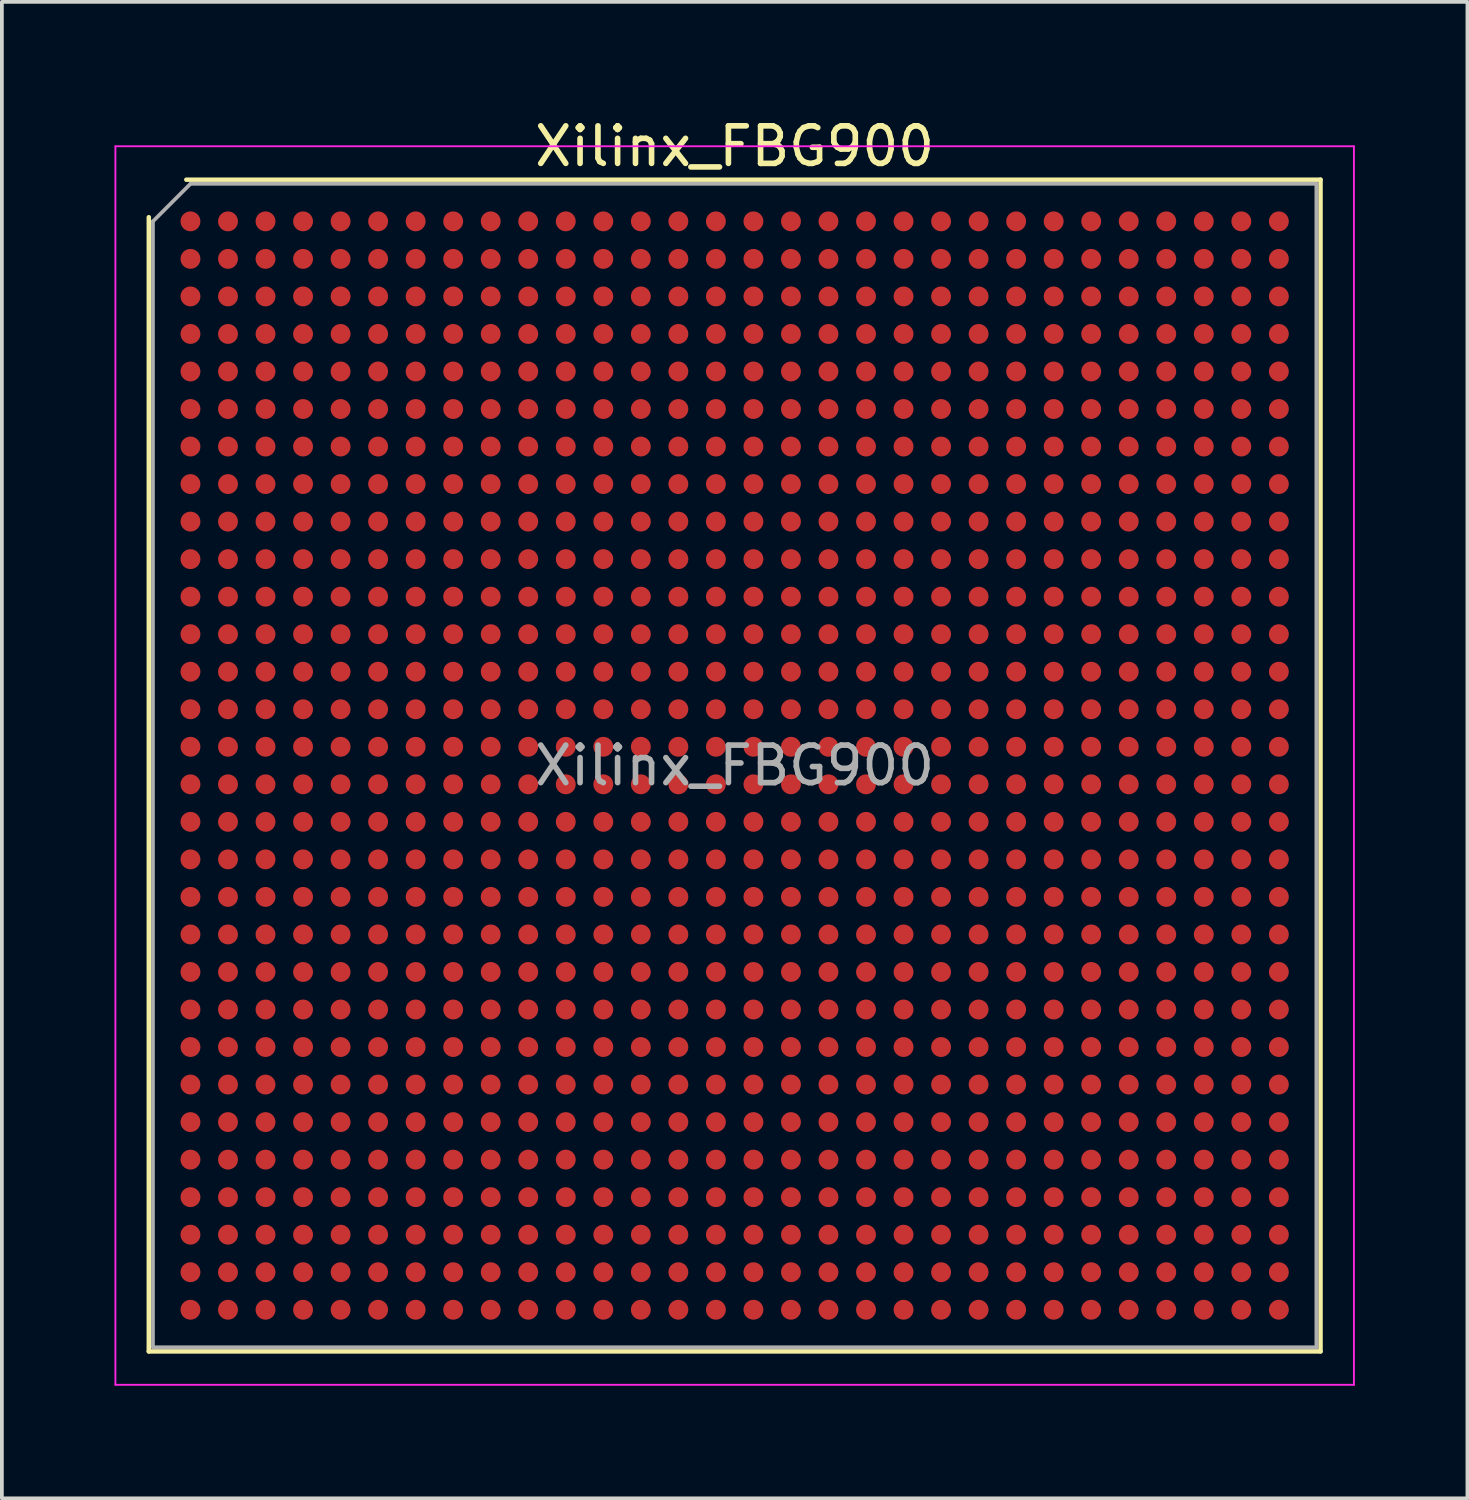
<source format=kicad_pcb>
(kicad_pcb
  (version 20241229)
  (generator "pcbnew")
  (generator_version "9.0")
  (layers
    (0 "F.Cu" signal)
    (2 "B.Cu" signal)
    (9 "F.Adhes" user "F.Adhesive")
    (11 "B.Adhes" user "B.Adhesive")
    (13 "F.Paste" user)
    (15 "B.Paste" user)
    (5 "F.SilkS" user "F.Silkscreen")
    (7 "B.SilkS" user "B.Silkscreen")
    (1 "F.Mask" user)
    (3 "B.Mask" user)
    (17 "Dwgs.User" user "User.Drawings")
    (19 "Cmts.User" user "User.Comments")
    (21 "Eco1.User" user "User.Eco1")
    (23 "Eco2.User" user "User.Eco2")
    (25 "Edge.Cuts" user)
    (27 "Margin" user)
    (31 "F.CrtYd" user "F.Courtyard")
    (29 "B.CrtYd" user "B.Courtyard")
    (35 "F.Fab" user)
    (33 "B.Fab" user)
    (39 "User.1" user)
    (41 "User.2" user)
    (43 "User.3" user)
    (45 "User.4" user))
  (footprint "Xilinx_FBG900"
    (layer "F.Cu")
    (at 16.525 17.348)
    (property "Reference" "Xilinx_FBG900" (at 0 -16.5 0) (layer "F.SilkS") (effects (font (size 1 1) (thickness 0.15))))
    (attr smd)
    (fp_line (start -15.61 15.61) (end -15.61 -14.61) (stroke (width 0.12) (type solid)) (layer "F.SilkS"))
    (fp_line (start -14.61 -15.61) (end 15.61 -15.61) (stroke (width 0.12) (type solid)) (layer "F.SilkS"))
    (fp_line (start 15.61 -15.61) (end 15.61 15.61) (stroke (width 0.12) (type solid)) (layer "F.SilkS"))
    (fp_line (start 15.61 15.61) (end -15.61 15.61) (stroke (width 0.12) (type solid)) (layer "F.SilkS"))
    (fp_line (start -16.5 -16.5) (end -16.5 16.5) (stroke (width 0.05) (type solid)) (layer "F.CrtYd"))
    (fp_line (start -16.5 16.5) (end 16.5 16.5) (stroke (width 0.05) (type solid)) (layer "F.CrtYd"))
    (fp_line (start 16.5 -16.5) (end -16.5 -16.5) (stroke (width 0.05) (type solid)) (layer "F.CrtYd"))
    (fp_line (start 16.5 16.5) (end 16.5 -16.5) (stroke (width 0.05) (type solid)) (layer "F.CrtYd"))
    (fp_line (start -15.5 -14.5) (end -14.5 -15.5) (stroke (width 0.1) (type solid)) (layer "F.Fab"))
    (fp_line (start -15.5 15.5) (end -15.5 -14.5) (stroke (width 0.1) (type solid)) (layer "F.Fab"))
    (fp_line (start -14.5 -15.5) (end 15.5 -15.5) (stroke (width 0.1) (type solid)) (layer "F.Fab"))
    (fp_line (start 15.5 -15.5) (end 15.5 15.5) (stroke (width 0.1) (type solid)) (layer "F.Fab"))
    (fp_line (start 15.5 15.5) (end -15.5 15.5) (stroke (width 0.1) (type solid)) (layer "F.Fab"))
    (fp_text user "${REFERENCE}" (at 0 0 0) (layer "F.Fab") (effects (font (size 1 1) (thickness 0.15))))
    (pad "A1" smd circle (at -14.5 -14.5) (size 0.53 0.53) (layers "F.Cu" "F.Mask" "F.Paste"))
    (pad "A2" smd circle (at -13.5 -14.5) (size 0.53 0.53) (layers "F.Cu" "F.Mask" "F.Paste"))
    (pad "A3" smd circle (at -12.5 -14.5) (size 0.53 0.53) (layers "F.Cu" "F.Mask" "F.Paste"))
    (pad "A4" smd circle (at -11.5 -14.5) (size 0.53 0.53) (layers "F.Cu" "F.Mask" "F.Paste"))
    (pad "A5" smd circle (at -10.5 -14.5) (size 0.53 0.53) (layers "F.Cu" "F.Mask" "F.Paste"))
    (pad "A6" smd circle (at -9.5 -14.5) (size 0.53 0.53) (layers "F.Cu" "F.Mask" "F.Paste"))
    (pad "A7" smd circle (at -8.5 -14.5) (size 0.53 0.53) (layers "F.Cu" "F.Mask" "F.Paste"))
    (pad "A8" smd circle (at -7.5 -14.5) (size 0.53 0.53) (layers "F.Cu" "F.Mask" "F.Paste"))
    (pad "A9" smd circle (at -6.5 -14.5) (size 0.53 0.53) (layers "F.Cu" "F.Mask" "F.Paste"))
    (pad "A10" smd circle (at -5.5 -14.5) (size 0.53 0.53) (layers "F.Cu" "F.Mask" "F.Paste"))
    (pad "A11" smd circle (at -4.5 -14.5) (size 0.53 0.53) (layers "F.Cu" "F.Mask" "F.Paste"))
    (pad "A12" smd circle (at -3.5 -14.5) (size 0.53 0.53) (layers "F.Cu" "F.Mask" "F.Paste"))
    (pad "A13" smd circle (at -2.5 -14.5) (size 0.53 0.53) (layers "F.Cu" "F.Mask" "F.Paste"))
    (pad "A14" smd circle (at -1.5 -14.5) (size 0.53 0.53) (layers "F.Cu" "F.Mask" "F.Paste"))
    (pad "A15" smd circle (at -0.5 -14.5) (size 0.53 0.53) (layers "F.Cu" "F.Mask" "F.Paste"))
    (pad "A16" smd circle (at 0.5 -14.5) (size 0.53 0.53) (layers "F.Cu" "F.Mask" "F.Paste"))
    (pad "A17" smd circle (at 1.5 -14.5) (size 0.53 0.53) (layers "F.Cu" "F.Mask" "F.Paste"))
    (pad "A18" smd circle (at 2.5 -14.5) (size 0.53 0.53) (layers "F.Cu" "F.Mask" "F.Paste"))
    (pad "A19" smd circle (at 3.5 -14.5) (size 0.53 0.53) (layers "F.Cu" "F.Mask" "F.Paste"))
    (pad "A20" smd circle (at 4.5 -14.5) (size 0.53 0.53) (layers "F.Cu" "F.Mask" "F.Paste"))
    (pad "A21" smd circle (at 5.5 -14.5) (size 0.53 0.53) (layers "F.Cu" "F.Mask" "F.Paste"))
    (pad "A22" smd circle (at 6.5 -14.5) (size 0.53 0.53) (layers "F.Cu" "F.Mask" "F.Paste"))
    (pad "A23" smd circle (at 7.5 -14.5) (size 0.53 0.53) (layers "F.Cu" "F.Mask" "F.Paste"))
    (pad "A24" smd circle (at 8.5 -14.5) (size 0.53 0.53) (layers "F.Cu" "F.Mask" "F.Paste"))
    (pad "A25" smd circle (at 9.5 -14.5) (size 0.53 0.53) (layers "F.Cu" "F.Mask" "F.Paste"))
    (pad "A26" smd circle (at 10.5 -14.5) (size 0.53 0.53) (layers "F.Cu" "F.Mask" "F.Paste"))
    (pad "A27" smd circle (at 11.5 -14.5) (size 0.53 0.53) (layers "F.Cu" "F.Mask" "F.Paste"))
    (pad "A28" smd circle (at 12.5 -14.5) (size 0.53 0.53) (layers "F.Cu" "F.Mask" "F.Paste"))
    (pad "A29" smd circle (at 13.5 -14.5) (size 0.53 0.53) (layers "F.Cu" "F.Mask" "F.Paste"))
    (pad "A30" smd circle (at 14.5 -14.5) (size 0.53 0.53) (layers "F.Cu" "F.Mask" "F.Paste"))
    (pad "AA1" smd circle (at -14.5 5.5) (size 0.53 0.53) (layers "F.Cu" "F.Mask" "F.Paste"))
    (pad "AA2" smd circle (at -13.5 5.5) (size 0.53 0.53) (layers "F.Cu" "F.Mask" "F.Paste"))
    (pad "AA3" smd circle (at -12.5 5.5) (size 0.53 0.53) (layers "F.Cu" "F.Mask" "F.Paste"))
    (pad "AA4" smd circle (at -11.5 5.5) (size 0.53 0.53) (layers "F.Cu" "F.Mask" "F.Paste"))
    (pad "AA5" smd circle (at -10.5 5.5) (size 0.53 0.53) (layers "F.Cu" "F.Mask" "F.Paste"))
    (pad "AA6" smd circle (at -9.5 5.5) (size 0.53 0.53) (layers "F.Cu" "F.Mask" "F.Paste"))
    (pad "AA7" smd circle (at -8.5 5.5) (size 0.53 0.53) (layers "F.Cu" "F.Mask" "F.Paste"))
    (pad "AA8" smd circle (at -7.5 5.5) (size 0.53 0.53) (layers "F.Cu" "F.Mask" "F.Paste"))
    (pad "AA9" smd circle (at -6.5 5.5) (size 0.53 0.53) (layers "F.Cu" "F.Mask" "F.Paste"))
    (pad "AA10" smd circle (at -5.5 5.5) (size 0.53 0.53) (layers "F.Cu" "F.Mask" "F.Paste"))
    (pad "AA11" smd circle (at -4.5 5.5) (size 0.53 0.53) (layers "F.Cu" "F.Mask" "F.Paste"))
    (pad "AA12" smd circle (at -3.5 5.5) (size 0.53 0.53) (layers "F.Cu" "F.Mask" "F.Paste"))
    (pad "AA13" smd circle (at -2.5 5.5) (size 0.53 0.53) (layers "F.Cu" "F.Mask" "F.Paste"))
    (pad "AA14" smd circle (at -1.5 5.5) (size 0.53 0.53) (layers "F.Cu" "F.Mask" "F.Paste"))
    (pad "AA15" smd circle (at -0.5 5.5) (size 0.53 0.53) (layers "F.Cu" "F.Mask" "F.Paste"))
    (pad "AA16" smd circle (at 0.5 5.5) (size 0.53 0.53) (layers "F.Cu" "F.Mask" "F.Paste"))
    (pad "AA17" smd circle (at 1.5 5.5) (size 0.53 0.53) (layers "F.Cu" "F.Mask" "F.Paste"))
    (pad "AA18" smd circle (at 2.5 5.5) (size 0.53 0.53) (layers "F.Cu" "F.Mask" "F.Paste"))
    (pad "AA19" smd circle (at 3.5 5.5) (size 0.53 0.53) (layers "F.Cu" "F.Mask" "F.Paste"))
    (pad "AA20" smd circle (at 4.5 5.5) (size 0.53 0.53) (layers "F.Cu" "F.Mask" "F.Paste"))
    (pad "AA21" smd circle (at 5.5 5.5) (size 0.53 0.53) (layers "F.Cu" "F.Mask" "F.Paste"))
    (pad "AA22" smd circle (at 6.5 5.5) (size 0.53 0.53) (layers "F.Cu" "F.Mask" "F.Paste"))
    (pad "AA23" smd circle (at 7.5 5.5) (size 0.53 0.53) (layers "F.Cu" "F.Mask" "F.Paste"))
    (pad "AA24" smd circle (at 8.5 5.5) (size 0.53 0.53) (layers "F.Cu" "F.Mask" "F.Paste"))
    (pad "AA25" smd circle (at 9.5 5.5) (size 0.53 0.53) (layers "F.Cu" "F.Mask" "F.Paste"))
    (pad "AA26" smd circle (at 10.5 5.5) (size 0.53 0.53) (layers "F.Cu" "F.Mask" "F.Paste"))
    (pad "AA27" smd circle (at 11.5 5.5) (size 0.53 0.53) (layers "F.Cu" "F.Mask" "F.Paste"))
    (pad "AA28" smd circle (at 12.5 5.5) (size 0.53 0.53) (layers "F.Cu" "F.Mask" "F.Paste"))
    (pad "AA29" smd circle (at 13.5 5.5) (size 0.53 0.53) (layers "F.Cu" "F.Mask" "F.Paste"))
    (pad "AA30" smd circle (at 14.5 5.5) (size 0.53 0.53) (layers "F.Cu" "F.Mask" "F.Paste"))
    (pad "AB1" smd circle (at -14.5 6.5) (size 0.53 0.53) (layers "F.Cu" "F.Mask" "F.Paste"))
    (pad "AB2" smd circle (at -13.5 6.5) (size 0.53 0.53) (layers "F.Cu" "F.Mask" "F.Paste"))
    (pad "AB3" smd circle (at -12.5 6.5) (size 0.53 0.53) (layers "F.Cu" "F.Mask" "F.Paste"))
    (pad "AB4" smd circle (at -11.5 6.5) (size 0.53 0.53) (layers "F.Cu" "F.Mask" "F.Paste"))
    (pad "AB5" smd circle (at -10.5 6.5) (size 0.53 0.53) (layers "F.Cu" "F.Mask" "F.Paste"))
    (pad "AB6" smd circle (at -9.5 6.5) (size 0.53 0.53) (layers "F.Cu" "F.Mask" "F.Paste"))
    (pad "AB7" smd circle (at -8.5 6.5) (size 0.53 0.53) (layers "F.Cu" "F.Mask" "F.Paste"))
    (pad "AB8" smd circle (at -7.5 6.5) (size 0.53 0.53) (layers "F.Cu" "F.Mask" "F.Paste"))
    (pad "AB9" smd circle (at -6.5 6.5) (size 0.53 0.53) (layers "F.Cu" "F.Mask" "F.Paste"))
    (pad "AB10" smd circle (at -5.5 6.5) (size 0.53 0.53) (layers "F.Cu" "F.Mask" "F.Paste"))
    (pad "AB11" smd circle (at -4.5 6.5) (size 0.53 0.53) (layers "F.Cu" "F.Mask" "F.Paste"))
    (pad "AB12" smd circle (at -3.5 6.5) (size 0.53 0.53) (layers "F.Cu" "F.Mask" "F.Paste"))
    (pad "AB13" smd circle (at -2.5 6.5) (size 0.53 0.53) (layers "F.Cu" "F.Mask" "F.Paste"))
    (pad "AB14" smd circle (at -1.5 6.5) (size 0.53 0.53) (layers "F.Cu" "F.Mask" "F.Paste"))
    (pad "AB15" smd circle (at -0.5 6.5) (size 0.53 0.53) (layers "F.Cu" "F.Mask" "F.Paste"))
    (pad "AB16" smd circle (at 0.5 6.5) (size 0.53 0.53) (layers "F.Cu" "F.Mask" "F.Paste"))
    (pad "AB17" smd circle (at 1.5 6.5) (size 0.53 0.53) (layers "F.Cu" "F.Mask" "F.Paste"))
    (pad "AB18" smd circle (at 2.5 6.5) (size 0.53 0.53) (layers "F.Cu" "F.Mask" "F.Paste"))
    (pad "AB19" smd circle (at 3.5 6.5) (size 0.53 0.53) (layers "F.Cu" "F.Mask" "F.Paste"))
    (pad "AB20" smd circle (at 4.5 6.5) (size 0.53 0.53) (layers "F.Cu" "F.Mask" "F.Paste"))
    (pad "AB21" smd circle (at 5.5 6.5) (size 0.53 0.53) (layers "F.Cu" "F.Mask" "F.Paste"))
    (pad "AB22" smd circle (at 6.5 6.5) (size 0.53 0.53) (layers "F.Cu" "F.Mask" "F.Paste"))
    (pad "AB23" smd circle (at 7.5 6.5) (size 0.53 0.53) (layers "F.Cu" "F.Mask" "F.Paste"))
    (pad "AB24" smd circle (at 8.5 6.5) (size 0.53 0.53) (layers "F.Cu" "F.Mask" "F.Paste"))
    (pad "AB25" smd circle (at 9.5 6.5) (size 0.53 0.53) (layers "F.Cu" "F.Mask" "F.Paste"))
    (pad "AB26" smd circle (at 10.5 6.5) (size 0.53 0.53) (layers "F.Cu" "F.Mask" "F.Paste"))
    (pad "AB27" smd circle (at 11.5 6.5) (size 0.53 0.53) (layers "F.Cu" "F.Mask" "F.Paste"))
    (pad "AB28" smd circle (at 12.5 6.5) (size 0.53 0.53) (layers "F.Cu" "F.Mask" "F.Paste"))
    (pad "AB29" smd circle (at 13.5 6.5) (size 0.53 0.53) (layers "F.Cu" "F.Mask" "F.Paste"))
    (pad "AB30" smd circle (at 14.5 6.5) (size 0.53 0.53) (layers "F.Cu" "F.Mask" "F.Paste"))
    (pad "AC1" smd circle (at -14.5 7.5) (size 0.53 0.53) (layers "F.Cu" "F.Mask" "F.Paste"))
    (pad "AC2" smd circle (at -13.5 7.5) (size 0.53 0.53) (layers "F.Cu" "F.Mask" "F.Paste"))
    (pad "AC3" smd circle (at -12.5 7.5) (size 0.53 0.53) (layers "F.Cu" "F.Mask" "F.Paste"))
    (pad "AC4" smd circle (at -11.5 7.5) (size 0.53 0.53) (layers "F.Cu" "F.Mask" "F.Paste"))
    (pad "AC5" smd circle (at -10.5 7.5) (size 0.53 0.53) (layers "F.Cu" "F.Mask" "F.Paste"))
    (pad "AC6" smd circle (at -9.5 7.5) (size 0.53 0.53) (layers "F.Cu" "F.Mask" "F.Paste"))
    (pad "AC7" smd circle (at -8.5 7.5) (size 0.53 0.53) (layers "F.Cu" "F.Mask" "F.Paste"))
    (pad "AC8" smd circle (at -7.5 7.5) (size 0.53 0.53) (layers "F.Cu" "F.Mask" "F.Paste"))
    (pad "AC9" smd circle (at -6.5 7.5) (size 0.53 0.53) (layers "F.Cu" "F.Mask" "F.Paste"))
    (pad "AC10" smd circle (at -5.5 7.5) (size 0.53 0.53) (layers "F.Cu" "F.Mask" "F.Paste"))
    (pad "AC11" smd circle (at -4.5 7.5) (size 0.53 0.53) (layers "F.Cu" "F.Mask" "F.Paste"))
    (pad "AC12" smd circle (at -3.5 7.5) (size 0.53 0.53) (layers "F.Cu" "F.Mask" "F.Paste"))
    (pad "AC13" smd circle (at -2.5 7.5) (size 0.53 0.53) (layers "F.Cu" "F.Mask" "F.Paste"))
    (pad "AC14" smd circle (at -1.5 7.5) (size 0.53 0.53) (layers "F.Cu" "F.Mask" "F.Paste"))
    (pad "AC15" smd circle (at -0.5 7.5) (size 0.53 0.53) (layers "F.Cu" "F.Mask" "F.Paste"))
    (pad "AC16" smd circle (at 0.5 7.5) (size 0.53 0.53) (layers "F.Cu" "F.Mask" "F.Paste"))
    (pad "AC17" smd circle (at 1.5 7.5) (size 0.53 0.53) (layers "F.Cu" "F.Mask" "F.Paste"))
    (pad "AC18" smd circle (at 2.5 7.5) (size 0.53 0.53) (layers "F.Cu" "F.Mask" "F.Paste"))
    (pad "AC19" smd circle (at 3.5 7.5) (size 0.53 0.53) (layers "F.Cu" "F.Mask" "F.Paste"))
    (pad "AC20" smd circle (at 4.5 7.5) (size 0.53 0.53) (layers "F.Cu" "F.Mask" "F.Paste"))
    (pad "AC21" smd circle (at 5.5 7.5) (size 0.53 0.53) (layers "F.Cu" "F.Mask" "F.Paste"))
    (pad "AC22" smd circle (at 6.5 7.5) (size 0.53 0.53) (layers "F.Cu" "F.Mask" "F.Paste"))
    (pad "AC23" smd circle (at 7.5 7.5) (size 0.53 0.53) (layers "F.Cu" "F.Mask" "F.Paste"))
    (pad "AC24" smd circle (at 8.5 7.5) (size 0.53 0.53) (layers "F.Cu" "F.Mask" "F.Paste"))
    (pad "AC25" smd circle (at 9.5 7.5) (size 0.53 0.53) (layers "F.Cu" "F.Mask" "F.Paste"))
    (pad "AC26" smd circle (at 10.5 7.5) (size 0.53 0.53) (layers "F.Cu" "F.Mask" "F.Paste"))
    (pad "AC27" smd circle (at 11.5 7.5) (size 0.53 0.53) (layers "F.Cu" "F.Mask" "F.Paste"))
    (pad "AC28" smd circle (at 12.5 7.5) (size 0.53 0.53) (layers "F.Cu" "F.Mask" "F.Paste"))
    (pad "AC29" smd circle (at 13.5 7.5) (size 0.53 0.53) (layers "F.Cu" "F.Mask" "F.Paste"))
    (pad "AC30" smd circle (at 14.5 7.5) (size 0.53 0.53) (layers "F.Cu" "F.Mask" "F.Paste"))
    (pad "AD1" smd circle (at -14.5 8.5) (size 0.53 0.53) (layers "F.Cu" "F.Mask" "F.Paste"))
    (pad "AD2" smd circle (at -13.5 8.5) (size 0.53 0.53) (layers "F.Cu" "F.Mask" "F.Paste"))
    (pad "AD3" smd circle (at -12.5 8.5) (size 0.53 0.53) (layers "F.Cu" "F.Mask" "F.Paste"))
    (pad "AD4" smd circle (at -11.5 8.5) (size 0.53 0.53) (layers "F.Cu" "F.Mask" "F.Paste"))
    (pad "AD5" smd circle (at -10.5 8.5) (size 0.53 0.53) (layers "F.Cu" "F.Mask" "F.Paste"))
    (pad "AD6" smd circle (at -9.5 8.5) (size 0.53 0.53) (layers "F.Cu" "F.Mask" "F.Paste"))
    (pad "AD7" smd circle (at -8.5 8.5) (size 0.53 0.53) (layers "F.Cu" "F.Mask" "F.Paste"))
    (pad "AD8" smd circle (at -7.5 8.5) (size 0.53 0.53) (layers "F.Cu" "F.Mask" "F.Paste"))
    (pad "AD9" smd circle (at -6.5 8.5) (size 0.53 0.53) (layers "F.Cu" "F.Mask" "F.Paste"))
    (pad "AD10" smd circle (at -5.5 8.5) (size 0.53 0.53) (layers "F.Cu" "F.Mask" "F.Paste"))
    (pad "AD11" smd circle (at -4.5 8.5) (size 0.53 0.53) (layers "F.Cu" "F.Mask" "F.Paste"))
    (pad "AD12" smd circle (at -3.5 8.5) (size 0.53 0.53) (layers "F.Cu" "F.Mask" "F.Paste"))
    (pad "AD13" smd circle (at -2.5 8.5) (size 0.53 0.53) (layers "F.Cu" "F.Mask" "F.Paste"))
    (pad "AD14" smd circle (at -1.5 8.5) (size 0.53 0.53) (layers "F.Cu" "F.Mask" "F.Paste"))
    (pad "AD15" smd circle (at -0.5 8.5) (size 0.53 0.53) (layers "F.Cu" "F.Mask" "F.Paste"))
    (pad "AD16" smd circle (at 0.5 8.5) (size 0.53 0.53) (layers "F.Cu" "F.Mask" "F.Paste"))
    (pad "AD17" smd circle (at 1.5 8.5) (size 0.53 0.53) (layers "F.Cu" "F.Mask" "F.Paste"))
    (pad "AD18" smd circle (at 2.5 8.5) (size 0.53 0.53) (layers "F.Cu" "F.Mask" "F.Paste"))
    (pad "AD19" smd circle (at 3.5 8.5) (size 0.53 0.53) (layers "F.Cu" "F.Mask" "F.Paste"))
    (pad "AD20" smd circle (at 4.5 8.5) (size 0.53 0.53) (layers "F.Cu" "F.Mask" "F.Paste"))
    (pad "AD21" smd circle (at 5.5 8.5) (size 0.53 0.53) (layers "F.Cu" "F.Mask" "F.Paste"))
    (pad "AD22" smd circle (at 6.5 8.5) (size 0.53 0.53) (layers "F.Cu" "F.Mask" "F.Paste"))
    (pad "AD23" smd circle (at 7.5 8.5) (size 0.53 0.53) (layers "F.Cu" "F.Mask" "F.Paste"))
    (pad "AD24" smd circle (at 8.5 8.5) (size 0.53 0.53) (layers "F.Cu" "F.Mask" "F.Paste"))
    (pad "AD25" smd circle (at 9.5 8.5) (size 0.53 0.53) (layers "F.Cu" "F.Mask" "F.Paste"))
    (pad "AD26" smd circle (at 10.5 8.5) (size 0.53 0.53) (layers "F.Cu" "F.Mask" "F.Paste"))
    (pad "AD27" smd circle (at 11.5 8.5) (size 0.53 0.53) (layers "F.Cu" "F.Mask" "F.Paste"))
    (pad "AD28" smd circle (at 12.5 8.5) (size 0.53 0.53) (layers "F.Cu" "F.Mask" "F.Paste"))
    (pad "AD29" smd circle (at 13.5 8.5) (size 0.53 0.53) (layers "F.Cu" "F.Mask" "F.Paste"))
    (pad "AD30" smd circle (at 14.5 8.5) (size 0.53 0.53) (layers "F.Cu" "F.Mask" "F.Paste"))
    (pad "AE1" smd circle (at -14.5 9.5) (size 0.53 0.53) (layers "F.Cu" "F.Mask" "F.Paste"))
    (pad "AE2" smd circle (at -13.5 9.5) (size 0.53 0.53) (layers "F.Cu" "F.Mask" "F.Paste"))
    (pad "AE3" smd circle (at -12.5 9.5) (size 0.53 0.53) (layers "F.Cu" "F.Mask" "F.Paste"))
    (pad "AE4" smd circle (at -11.5 9.5) (size 0.53 0.53) (layers "F.Cu" "F.Mask" "F.Paste"))
    (pad "AE5" smd circle (at -10.5 9.5) (size 0.53 0.53) (layers "F.Cu" "F.Mask" "F.Paste"))
    (pad "AE6" smd circle (at -9.5 9.5) (size 0.53 0.53) (layers "F.Cu" "F.Mask" "F.Paste"))
    (pad "AE7" smd circle (at -8.5 9.5) (size 0.53 0.53) (layers "F.Cu" "F.Mask" "F.Paste"))
    (pad "AE8" smd circle (at -7.5 9.5) (size 0.53 0.53) (layers "F.Cu" "F.Mask" "F.Paste"))
    (pad "AE9" smd circle (at -6.5 9.5) (size 0.53 0.53) (layers "F.Cu" "F.Mask" "F.Paste"))
    (pad "AE10" smd circle (at -5.5 9.5) (size 0.53 0.53) (layers "F.Cu" "F.Mask" "F.Paste"))
    (pad "AE11" smd circle (at -4.5 9.5) (size 0.53 0.53) (layers "F.Cu" "F.Mask" "F.Paste"))
    (pad "AE12" smd circle (at -3.5 9.5) (size 0.53 0.53) (layers "F.Cu" "F.Mask" "F.Paste"))
    (pad "AE13" smd circle (at -2.5 9.5) (size 0.53 0.53) (layers "F.Cu" "F.Mask" "F.Paste"))
    (pad "AE14" smd circle (at -1.5 9.5) (size 0.53 0.53) (layers "F.Cu" "F.Mask" "F.Paste"))
    (pad "AE15" smd circle (at -0.5 9.5) (size 0.53 0.53) (layers "F.Cu" "F.Mask" "F.Paste"))
    (pad "AE16" smd circle (at 0.5 9.5) (size 0.53 0.53) (layers "F.Cu" "F.Mask" "F.Paste"))
    (pad "AE17" smd circle (at 1.5 9.5) (size 0.53 0.53) (layers "F.Cu" "F.Mask" "F.Paste"))
    (pad "AE18" smd circle (at 2.5 9.5) (size 0.53 0.53) (layers "F.Cu" "F.Mask" "F.Paste"))
    (pad "AE19" smd circle (at 3.5 9.5) (size 0.53 0.53) (layers "F.Cu" "F.Mask" "F.Paste"))
    (pad "AE20" smd circle (at 4.5 9.5) (size 0.53 0.53) (layers "F.Cu" "F.Mask" "F.Paste"))
    (pad "AE21" smd circle (at 5.5 9.5) (size 0.53 0.53) (layers "F.Cu" "F.Mask" "F.Paste"))
    (pad "AE22" smd circle (at 6.5 9.5) (size 0.53 0.53) (layers "F.Cu" "F.Mask" "F.Paste"))
    (pad "AE23" smd circle (at 7.5 9.5) (size 0.53 0.53) (layers "F.Cu" "F.Mask" "F.Paste"))
    (pad "AE24" smd circle (at 8.5 9.5) (size 0.53 0.53) (layers "F.Cu" "F.Mask" "F.Paste"))
    (pad "AE25" smd circle (at 9.5 9.5) (size 0.53 0.53) (layers "F.Cu" "F.Mask" "F.Paste"))
    (pad "AE26" smd circle (at 10.5 9.5) (size 0.53 0.53) (layers "F.Cu" "F.Mask" "F.Paste"))
    (pad "AE27" smd circle (at 11.5 9.5) (size 0.53 0.53) (layers "F.Cu" "F.Mask" "F.Paste"))
    (pad "AE28" smd circle (at 12.5 9.5) (size 0.53 0.53) (layers "F.Cu" "F.Mask" "F.Paste"))
    (pad "AE29" smd circle (at 13.5 9.5) (size 0.53 0.53) (layers "F.Cu" "F.Mask" "F.Paste"))
    (pad "AE30" smd circle (at 14.5 9.5) (size 0.53 0.53) (layers "F.Cu" "F.Mask" "F.Paste"))
    (pad "AF1" smd circle (at -14.5 10.5) (size 0.53 0.53) (layers "F.Cu" "F.Mask" "F.Paste"))
    (pad "AF2" smd circle (at -13.5 10.5) (size 0.53 0.53) (layers "F.Cu" "F.Mask" "F.Paste"))
    (pad "AF3" smd circle (at -12.5 10.5) (size 0.53 0.53) (layers "F.Cu" "F.Mask" "F.Paste"))
    (pad "AF4" smd circle (at -11.5 10.5) (size 0.53 0.53) (layers "F.Cu" "F.Mask" "F.Paste"))
    (pad "AF5" smd circle (at -10.5 10.5) (size 0.53 0.53) (layers "F.Cu" "F.Mask" "F.Paste"))
    (pad "AF6" smd circle (at -9.5 10.5) (size 0.53 0.53) (layers "F.Cu" "F.Mask" "F.Paste"))
    (pad "AF7" smd circle (at -8.5 10.5) (size 0.53 0.53) (layers "F.Cu" "F.Mask" "F.Paste"))
    (pad "AF8" smd circle (at -7.5 10.5) (size 0.53 0.53) (layers "F.Cu" "F.Mask" "F.Paste"))
    (pad "AF9" smd circle (at -6.5 10.5) (size 0.53 0.53) (layers "F.Cu" "F.Mask" "F.Paste"))
    (pad "AF10" smd circle (at -5.5 10.5) (size 0.53 0.53) (layers "F.Cu" "F.Mask" "F.Paste"))
    (pad "AF11" smd circle (at -4.5 10.5) (size 0.53 0.53) (layers "F.Cu" "F.Mask" "F.Paste"))
    (pad "AF12" smd circle (at -3.5 10.5) (size 0.53 0.53) (layers "F.Cu" "F.Mask" "F.Paste"))
    (pad "AF13" smd circle (at -2.5 10.5) (size 0.53 0.53) (layers "F.Cu" "F.Mask" "F.Paste"))
    (pad "AF14" smd circle (at -1.5 10.5) (size 0.53 0.53) (layers "F.Cu" "F.Mask" "F.Paste"))
    (pad "AF15" smd circle (at -0.5 10.5) (size 0.53 0.53) (layers "F.Cu" "F.Mask" "F.Paste"))
    (pad "AF16" smd circle (at 0.5 10.5) (size 0.53 0.53) (layers "F.Cu" "F.Mask" "F.Paste"))
    (pad "AF17" smd circle (at 1.5 10.5) (size 0.53 0.53) (layers "F.Cu" "F.Mask" "F.Paste"))
    (pad "AF18" smd circle (at 2.5 10.5) (size 0.53 0.53) (layers "F.Cu" "F.Mask" "F.Paste"))
    (pad "AF19" smd circle (at 3.5 10.5) (size 0.53 0.53) (layers "F.Cu" "F.Mask" "F.Paste"))
    (pad "AF20" smd circle (at 4.5 10.5) (size 0.53 0.53) (layers "F.Cu" "F.Mask" "F.Paste"))
    (pad "AF21" smd circle (at 5.5 10.5) (size 0.53 0.53) (layers "F.Cu" "F.Mask" "F.Paste"))
    (pad "AF22" smd circle (at 6.5 10.5) (size 0.53 0.53) (layers "F.Cu" "F.Mask" "F.Paste"))
    (pad "AF23" smd circle (at 7.5 10.5) (size 0.53 0.53) (layers "F.Cu" "F.Mask" "F.Paste"))
    (pad "AF24" smd circle (at 8.5 10.5) (size 0.53 0.53) (layers "F.Cu" "F.Mask" "F.Paste"))
    (pad "AF25" smd circle (at 9.5 10.5) (size 0.53 0.53) (layers "F.Cu" "F.Mask" "F.Paste"))
    (pad "AF26" smd circle (at 10.5 10.5) (size 0.53 0.53) (layers "F.Cu" "F.Mask" "F.Paste"))
    (pad "AF27" smd circle (at 11.5 10.5) (size 0.53 0.53) (layers "F.Cu" "F.Mask" "F.Paste"))
    (pad "AF28" smd circle (at 12.5 10.5) (size 0.53 0.53) (layers "F.Cu" "F.Mask" "F.Paste"))
    (pad "AF29" smd circle (at 13.5 10.5) (size 0.53 0.53) (layers "F.Cu" "F.Mask" "F.Paste"))
    (pad "AF30" smd circle (at 14.5 10.5) (size 0.53 0.53) (layers "F.Cu" "F.Mask" "F.Paste"))
    (pad "AG1" smd circle (at -14.5 11.5) (size 0.53 0.53) (layers "F.Cu" "F.Mask" "F.Paste"))
    (pad "AG2" smd circle (at -13.5 11.5) (size 0.53 0.53) (layers "F.Cu" "F.Mask" "F.Paste"))
    (pad "AG3" smd circle (at -12.5 11.5) (size 0.53 0.53) (layers "F.Cu" "F.Mask" "F.Paste"))
    (pad "AG4" smd circle (at -11.5 11.5) (size 0.53 0.53) (layers "F.Cu" "F.Mask" "F.Paste"))
    (pad "AG5" smd circle (at -10.5 11.5) (size 0.53 0.53) (layers "F.Cu" "F.Mask" "F.Paste"))
    (pad "AG6" smd circle (at -9.5 11.5) (size 0.53 0.53) (layers "F.Cu" "F.Mask" "F.Paste"))
    (pad "AG7" smd circle (at -8.5 11.5) (size 0.53 0.53) (layers "F.Cu" "F.Mask" "F.Paste"))
    (pad "AG8" smd circle (at -7.5 11.5) (size 0.53 0.53) (layers "F.Cu" "F.Mask" "F.Paste"))
    (pad "AG9" smd circle (at -6.5 11.5) (size 0.53 0.53) (layers "F.Cu" "F.Mask" "F.Paste"))
    (pad "AG10" smd circle (at -5.5 11.5) (size 0.53 0.53) (layers "F.Cu" "F.Mask" "F.Paste"))
    (pad "AG11" smd circle (at -4.5 11.5) (size 0.53 0.53) (layers "F.Cu" "F.Mask" "F.Paste"))
    (pad "AG12" smd circle (at -3.5 11.5) (size 0.53 0.53) (layers "F.Cu" "F.Mask" "F.Paste"))
    (pad "AG13" smd circle (at -2.5 11.5) (size 0.53 0.53) (layers "F.Cu" "F.Mask" "F.Paste"))
    (pad "AG14" smd circle (at -1.5 11.5) (size 0.53 0.53) (layers "F.Cu" "F.Mask" "F.Paste"))
    (pad "AG15" smd circle (at -0.5 11.5) (size 0.53 0.53) (layers "F.Cu" "F.Mask" "F.Paste"))
    (pad "AG16" smd circle (at 0.5 11.5) (size 0.53 0.53) (layers "F.Cu" "F.Mask" "F.Paste"))
    (pad "AG17" smd circle (at 1.5 11.5) (size 0.53 0.53) (layers "F.Cu" "F.Mask" "F.Paste"))
    (pad "AG18" smd circle (at 2.5 11.5) (size 0.53 0.53) (layers "F.Cu" "F.Mask" "F.Paste"))
    (pad "AG19" smd circle (at 3.5 11.5) (size 0.53 0.53) (layers "F.Cu" "F.Mask" "F.Paste"))
    (pad "AG20" smd circle (at 4.5 11.5) (size 0.53 0.53) (layers "F.Cu" "F.Mask" "F.Paste"))
    (pad "AG21" smd circle (at 5.5 11.5) (size 0.53 0.53) (layers "F.Cu" "F.Mask" "F.Paste"))
    (pad "AG22" smd circle (at 6.5 11.5) (size 0.53 0.53) (layers "F.Cu" "F.Mask" "F.Paste"))
    (pad "AG23" smd circle (at 7.5 11.5) (size 0.53 0.53) (layers "F.Cu" "F.Mask" "F.Paste"))
    (pad "AG24" smd circle (at 8.5 11.5) (size 0.53 0.53) (layers "F.Cu" "F.Mask" "F.Paste"))
    (pad "AG25" smd circle (at 9.5 11.5) (size 0.53 0.53) (layers "F.Cu" "F.Mask" "F.Paste"))
    (pad "AG26" smd circle (at 10.5 11.5) (size 0.53 0.53) (layers "F.Cu" "F.Mask" "F.Paste"))
    (pad "AG27" smd circle (at 11.5 11.5) (size 0.53 0.53) (layers "F.Cu" "F.Mask" "F.Paste"))
    (pad "AG28" smd circle (at 12.5 11.5) (size 0.53 0.53) (layers "F.Cu" "F.Mask" "F.Paste"))
    (pad "AG29" smd circle (at 13.5 11.5) (size 0.53 0.53) (layers "F.Cu" "F.Mask" "F.Paste"))
    (pad "AG30" smd circle (at 14.5 11.5) (size 0.53 0.53) (layers "F.Cu" "F.Mask" "F.Paste"))
    (pad "AH1" smd circle (at -14.5 12.5) (size 0.53 0.53) (layers "F.Cu" "F.Mask" "F.Paste"))
    (pad "AH2" smd circle (at -13.5 12.5) (size 0.53 0.53) (layers "F.Cu" "F.Mask" "F.Paste"))
    (pad "AH3" smd circle (at -12.5 12.5) (size 0.53 0.53) (layers "F.Cu" "F.Mask" "F.Paste"))
    (pad "AH4" smd circle (at -11.5 12.5) (size 0.53 0.53) (layers "F.Cu" "F.Mask" "F.Paste"))
    (pad "AH5" smd circle (at -10.5 12.5) (size 0.53 0.53) (layers "F.Cu" "F.Mask" "F.Paste"))
    (pad "AH6" smd circle (at -9.5 12.5) (size 0.53 0.53) (layers "F.Cu" "F.Mask" "F.Paste"))
    (pad "AH7" smd circle (at -8.5 12.5) (size 0.53 0.53) (layers "F.Cu" "F.Mask" "F.Paste"))
    (pad "AH8" smd circle (at -7.5 12.5) (size 0.53 0.53) (layers "F.Cu" "F.Mask" "F.Paste"))
    (pad "AH9" smd circle (at -6.5 12.5) (size 0.53 0.53) (layers "F.Cu" "F.Mask" "F.Paste"))
    (pad "AH10" smd circle (at -5.5 12.5) (size 0.53 0.53) (layers "F.Cu" "F.Mask" "F.Paste"))
    (pad "AH11" smd circle (at -4.5 12.5) (size 0.53 0.53) (layers "F.Cu" "F.Mask" "F.Paste"))
    (pad "AH12" smd circle (at -3.5 12.5) (size 0.53 0.53) (layers "F.Cu" "F.Mask" "F.Paste"))
    (pad "AH13" smd circle (at -2.5 12.5) (size 0.53 0.53) (layers "F.Cu" "F.Mask" "F.Paste"))
    (pad "AH14" smd circle (at -1.5 12.5) (size 0.53 0.53) (layers "F.Cu" "F.Mask" "F.Paste"))
    (pad "AH15" smd circle (at -0.5 12.5) (size 0.53 0.53) (layers "F.Cu" "F.Mask" "F.Paste"))
    (pad "AH16" smd circle (at 0.5 12.5) (size 0.53 0.53) (layers "F.Cu" "F.Mask" "F.Paste"))
    (pad "AH17" smd circle (at 1.5 12.5) (size 0.53 0.53) (layers "F.Cu" "F.Mask" "F.Paste"))
    (pad "AH18" smd circle (at 2.5 12.5) (size 0.53 0.53) (layers "F.Cu" "F.Mask" "F.Paste"))
    (pad "AH19" smd circle (at 3.5 12.5) (size 0.53 0.53) (layers "F.Cu" "F.Mask" "F.Paste"))
    (pad "AH20" smd circle (at 4.5 12.5) (size 0.53 0.53) (layers "F.Cu" "F.Mask" "F.Paste"))
    (pad "AH21" smd circle (at 5.5 12.5) (size 0.53 0.53) (layers "F.Cu" "F.Mask" "F.Paste"))
    (pad "AH22" smd circle (at 6.5 12.5) (size 0.53 0.53) (layers "F.Cu" "F.Mask" "F.Paste"))
    (pad "AH23" smd circle (at 7.5 12.5) (size 0.53 0.53) (layers "F.Cu" "F.Mask" "F.Paste"))
    (pad "AH24" smd circle (at 8.5 12.5) (size 0.53 0.53) (layers "F.Cu" "F.Mask" "F.Paste"))
    (pad "AH25" smd circle (at 9.5 12.5) (size 0.53 0.53) (layers "F.Cu" "F.Mask" "F.Paste"))
    (pad "AH26" smd circle (at 10.5 12.5) (size 0.53 0.53) (layers "F.Cu" "F.Mask" "F.Paste"))
    (pad "AH27" smd circle (at 11.5 12.5) (size 0.53 0.53) (layers "F.Cu" "F.Mask" "F.Paste"))
    (pad "AH28" smd circle (at 12.5 12.5) (size 0.53 0.53) (layers "F.Cu" "F.Mask" "F.Paste"))
    (pad "AH29" smd circle (at 13.5 12.5) (size 0.53 0.53) (layers "F.Cu" "F.Mask" "F.Paste"))
    (pad "AH30" smd circle (at 14.5 12.5) (size 0.53 0.53) (layers "F.Cu" "F.Mask" "F.Paste"))
    (pad "AJ1" smd circle (at -14.5 13.5) (size 0.53 0.53) (layers "F.Cu" "F.Mask" "F.Paste"))
    (pad "AJ2" smd circle (at -13.5 13.5) (size 0.53 0.53) (layers "F.Cu" "F.Mask" "F.Paste"))
    (pad "AJ3" smd circle (at -12.5 13.5) (size 0.53 0.53) (layers "F.Cu" "F.Mask" "F.Paste"))
    (pad "AJ4" smd circle (at -11.5 13.5) (size 0.53 0.53) (layers "F.Cu" "F.Mask" "F.Paste"))
    (pad "AJ5" smd circle (at -10.5 13.5) (size 0.53 0.53) (layers "F.Cu" "F.Mask" "F.Paste"))
    (pad "AJ6" smd circle (at -9.5 13.5) (size 0.53 0.53) (layers "F.Cu" "F.Mask" "F.Paste"))
    (pad "AJ7" smd circle (at -8.5 13.5) (size 0.53 0.53) (layers "F.Cu" "F.Mask" "F.Paste"))
    (pad "AJ8" smd circle (at -7.5 13.5) (size 0.53 0.53) (layers "F.Cu" "F.Mask" "F.Paste"))
    (pad "AJ9" smd circle (at -6.5 13.5) (size 0.53 0.53) (layers "F.Cu" "F.Mask" "F.Paste"))
    (pad "AJ10" smd circle (at -5.5 13.5) (size 0.53 0.53) (layers "F.Cu" "F.Mask" "F.Paste"))
    (pad "AJ11" smd circle (at -4.5 13.5) (size 0.53 0.53) (layers "F.Cu" "F.Mask" "F.Paste"))
    (pad "AJ12" smd circle (at -3.5 13.5) (size 0.53 0.53) (layers "F.Cu" "F.Mask" "F.Paste"))
    (pad "AJ13" smd circle (at -2.5 13.5) (size 0.53 0.53) (layers "F.Cu" "F.Mask" "F.Paste"))
    (pad "AJ14" smd circle (at -1.5 13.5) (size 0.53 0.53) (layers "F.Cu" "F.Mask" "F.Paste"))
    (pad "AJ15" smd circle (at -0.5 13.5) (size 0.53 0.53) (layers "F.Cu" "F.Mask" "F.Paste"))
    (pad "AJ16" smd circle (at 0.5 13.5) (size 0.53 0.53) (layers "F.Cu" "F.Mask" "F.Paste"))
    (pad "AJ17" smd circle (at 1.5 13.5) (size 0.53 0.53) (layers "F.Cu" "F.Mask" "F.Paste"))
    (pad "AJ18" smd circle (at 2.5 13.5) (size 0.53 0.53) (layers "F.Cu" "F.Mask" "F.Paste"))
    (pad "AJ19" smd circle (at 3.5 13.5) (size 0.53 0.53) (layers "F.Cu" "F.Mask" "F.Paste"))
    (pad "AJ20" smd circle (at 4.5 13.5) (size 0.53 0.53) (layers "F.Cu" "F.Mask" "F.Paste"))
    (pad "AJ21" smd circle (at 5.5 13.5) (size 0.53 0.53) (layers "F.Cu" "F.Mask" "F.Paste"))
    (pad "AJ22" smd circle (at 6.5 13.5) (size 0.53 0.53) (layers "F.Cu" "F.Mask" "F.Paste"))
    (pad "AJ23" smd circle (at 7.5 13.5) (size 0.53 0.53) (layers "F.Cu" "F.Mask" "F.Paste"))
    (pad "AJ24" smd circle (at 8.5 13.5) (size 0.53 0.53) (layers "F.Cu" "F.Mask" "F.Paste"))
    (pad "AJ25" smd circle (at 9.5 13.5) (size 0.53 0.53) (layers "F.Cu" "F.Mask" "F.Paste"))
    (pad "AJ26" smd circle (at 10.5 13.5) (size 0.53 0.53) (layers "F.Cu" "F.Mask" "F.Paste"))
    (pad "AJ27" smd circle (at 11.5 13.5) (size 0.53 0.53) (layers "F.Cu" "F.Mask" "F.Paste"))
    (pad "AJ28" smd circle (at 12.5 13.5) (size 0.53 0.53) (layers "F.Cu" "F.Mask" "F.Paste"))
    (pad "AJ29" smd circle (at 13.5 13.5) (size 0.53 0.53) (layers "F.Cu" "F.Mask" "F.Paste"))
    (pad "AJ30" smd circle (at 14.5 13.5) (size 0.53 0.53) (layers "F.Cu" "F.Mask" "F.Paste"))
    (pad "AK1" smd circle (at -14.5 14.5) (size 0.53 0.53) (layers "F.Cu" "F.Mask" "F.Paste"))
    (pad "AK2" smd circle (at -13.5 14.5) (size 0.53 0.53) (layers "F.Cu" "F.Mask" "F.Paste"))
    (pad "AK3" smd circle (at -12.5 14.5) (size 0.53 0.53) (layers "F.Cu" "F.Mask" "F.Paste"))
    (pad "AK4" smd circle (at -11.5 14.5) (size 0.53 0.53) (layers "F.Cu" "F.Mask" "F.Paste"))
    (pad "AK5" smd circle (at -10.5 14.5) (size 0.53 0.53) (layers "F.Cu" "F.Mask" "F.Paste"))
    (pad "AK6" smd circle (at -9.5 14.5) (size 0.53 0.53) (layers "F.Cu" "F.Mask" "F.Paste"))
    (pad "AK7" smd circle (at -8.5 14.5) (size 0.53 0.53) (layers "F.Cu" "F.Mask" "F.Paste"))
    (pad "AK8" smd circle (at -7.5 14.5) (size 0.53 0.53) (layers "F.Cu" "F.Mask" "F.Paste"))
    (pad "AK9" smd circle (at -6.5 14.5) (size 0.53 0.53) (layers "F.Cu" "F.Mask" "F.Paste"))
    (pad "AK10" smd circle (at -5.5 14.5) (size 0.53 0.53) (layers "F.Cu" "F.Mask" "F.Paste"))
    (pad "AK11" smd circle (at -4.5 14.5) (size 0.53 0.53) (layers "F.Cu" "F.Mask" "F.Paste"))
    (pad "AK12" smd circle (at -3.5 14.5) (size 0.53 0.53) (layers "F.Cu" "F.Mask" "F.Paste"))
    (pad "AK13" smd circle (at -2.5 14.5) (size 0.53 0.53) (layers "F.Cu" "F.Mask" "F.Paste"))
    (pad "AK14" smd circle (at -1.5 14.5) (size 0.53 0.53) (layers "F.Cu" "F.Mask" "F.Paste"))
    (pad "AK15" smd circle (at -0.5 14.5) (size 0.53 0.53) (layers "F.Cu" "F.Mask" "F.Paste"))
    (pad "AK16" smd circle (at 0.5 14.5) (size 0.53 0.53) (layers "F.Cu" "F.Mask" "F.Paste"))
    (pad "AK17" smd circle (at 1.5 14.5) (size 0.53 0.53) (layers "F.Cu" "F.Mask" "F.Paste"))
    (pad "AK18" smd circle (at 2.5 14.5) (size 0.53 0.53) (layers "F.Cu" "F.Mask" "F.Paste"))
    (pad "AK19" smd circle (at 3.5 14.5) (size 0.53 0.53) (layers "F.Cu" "F.Mask" "F.Paste"))
    (pad "AK20" smd circle (at 4.5 14.5) (size 0.53 0.53) (layers "F.Cu" "F.Mask" "F.Paste"))
    (pad "AK21" smd circle (at 5.5 14.5) (size 0.53 0.53) (layers "F.Cu" "F.Mask" "F.Paste"))
    (pad "AK22" smd circle (at 6.5 14.5) (size 0.53 0.53) (layers "F.Cu" "F.Mask" "F.Paste"))
    (pad "AK23" smd circle (at 7.5 14.5) (size 0.53 0.53) (layers "F.Cu" "F.Mask" "F.Paste"))
    (pad "AK24" smd circle (at 8.5 14.5) (size 0.53 0.53) (layers "F.Cu" "F.Mask" "F.Paste"))
    (pad "AK25" smd circle (at 9.5 14.5) (size 0.53 0.53) (layers "F.Cu" "F.Mask" "F.Paste"))
    (pad "AK26" smd circle (at 10.5 14.5) (size 0.53 0.53) (layers "F.Cu" "F.Mask" "F.Paste"))
    (pad "AK27" smd circle (at 11.5 14.5) (size 0.53 0.53) (layers "F.Cu" "F.Mask" "F.Paste"))
    (pad "AK28" smd circle (at 12.5 14.5) (size 0.53 0.53) (layers "F.Cu" "F.Mask" "F.Paste"))
    (pad "AK29" smd circle (at 13.5 14.5) (size 0.53 0.53) (layers "F.Cu" "F.Mask" "F.Paste"))
    (pad "AK30" smd circle (at 14.5 14.5) (size 0.53 0.53) (layers "F.Cu" "F.Mask" "F.Paste"))
    (pad "B1" smd circle (at -14.5 -13.5) (size 0.53 0.53) (layers "F.Cu" "F.Mask" "F.Paste"))
    (pad "B2" smd circle (at -13.5 -13.5) (size 0.53 0.53) (layers "F.Cu" "F.Mask" "F.Paste"))
    (pad "B3" smd circle (at -12.5 -13.5) (size 0.53 0.53) (layers "F.Cu" "F.Mask" "F.Paste"))
    (pad "B4" smd circle (at -11.5 -13.5) (size 0.53 0.53) (layers "F.Cu" "F.Mask" "F.Paste"))
    (pad "B5" smd circle (at -10.5 -13.5) (size 0.53 0.53) (layers "F.Cu" "F.Mask" "F.Paste"))
    (pad "B6" smd circle (at -9.5 -13.5) (size 0.53 0.53) (layers "F.Cu" "F.Mask" "F.Paste"))
    (pad "B7" smd circle (at -8.5 -13.5) (size 0.53 0.53) (layers "F.Cu" "F.Mask" "F.Paste"))
    (pad "B8" smd circle (at -7.5 -13.5) (size 0.53 0.53) (layers "F.Cu" "F.Mask" "F.Paste"))
    (pad "B9" smd circle (at -6.5 -13.5) (size 0.53 0.53) (layers "F.Cu" "F.Mask" "F.Paste"))
    (pad "B10" smd circle (at -5.5 -13.5) (size 0.53 0.53) (layers "F.Cu" "F.Mask" "F.Paste"))
    (pad "B11" smd circle (at -4.5 -13.5) (size 0.53 0.53) (layers "F.Cu" "F.Mask" "F.Paste"))
    (pad "B12" smd circle (at -3.5 -13.5) (size 0.53 0.53) (layers "F.Cu" "F.Mask" "F.Paste"))
    (pad "B13" smd circle (at -2.5 -13.5) (size 0.53 0.53) (layers "F.Cu" "F.Mask" "F.Paste"))
    (pad "B14" smd circle (at -1.5 -13.5) (size 0.53 0.53) (layers "F.Cu" "F.Mask" "F.Paste"))
    (pad "B15" smd circle (at -0.5 -13.5) (size 0.53 0.53) (layers "F.Cu" "F.Mask" "F.Paste"))
    (pad "B16" smd circle (at 0.5 -13.5) (size 0.53 0.53) (layers "F.Cu" "F.Mask" "F.Paste"))
    (pad "B17" smd circle (at 1.5 -13.5) (size 0.53 0.53) (layers "F.Cu" "F.Mask" "F.Paste"))
    (pad "B18" smd circle (at 2.5 -13.5) (size 0.53 0.53) (layers "F.Cu" "F.Mask" "F.Paste"))
    (pad "B19" smd circle (at 3.5 -13.5) (size 0.53 0.53) (layers "F.Cu" "F.Mask" "F.Paste"))
    (pad "B20" smd circle (at 4.5 -13.5) (size 0.53 0.53) (layers "F.Cu" "F.Mask" "F.Paste"))
    (pad "B21" smd circle (at 5.5 -13.5) (size 0.53 0.53) (layers "F.Cu" "F.Mask" "F.Paste"))
    (pad "B22" smd circle (at 6.5 -13.5) (size 0.53 0.53) (layers "F.Cu" "F.Mask" "F.Paste"))
    (pad "B23" smd circle (at 7.5 -13.5) (size 0.53 0.53) (layers "F.Cu" "F.Mask" "F.Paste"))
    (pad "B24" smd circle (at 8.5 -13.5) (size 0.53 0.53) (layers "F.Cu" "F.Mask" "F.Paste"))
    (pad "B25" smd circle (at 9.5 -13.5) (size 0.53 0.53) (layers "F.Cu" "F.Mask" "F.Paste"))
    (pad "B26" smd circle (at 10.5 -13.5) (size 0.53 0.53) (layers "F.Cu" "F.Mask" "F.Paste"))
    (pad "B27" smd circle (at 11.5 -13.5) (size 0.53 0.53) (layers "F.Cu" "F.Mask" "F.Paste"))
    (pad "B28" smd circle (at 12.5 -13.5) (size 0.53 0.53) (layers "F.Cu" "F.Mask" "F.Paste"))
    (pad "B29" smd circle (at 13.5 -13.5) (size 0.53 0.53) (layers "F.Cu" "F.Mask" "F.Paste"))
    (pad "B30" smd circle (at 14.5 -13.5) (size 0.53 0.53) (layers "F.Cu" "F.Mask" "F.Paste"))
    (pad "C1" smd circle (at -14.5 -12.5) (size 0.53 0.53) (layers "F.Cu" "F.Mask" "F.Paste"))
    (pad "C2" smd circle (at -13.5 -12.5) (size 0.53 0.53) (layers "F.Cu" "F.Mask" "F.Paste"))
    (pad "C3" smd circle (at -12.5 -12.5) (size 0.53 0.53) (layers "F.Cu" "F.Mask" "F.Paste"))
    (pad "C4" smd circle (at -11.5 -12.5) (size 0.53 0.53) (layers "F.Cu" "F.Mask" "F.Paste"))
    (pad "C5" smd circle (at -10.5 -12.5) (size 0.53 0.53) (layers "F.Cu" "F.Mask" "F.Paste"))
    (pad "C6" smd circle (at -9.5 -12.5) (size 0.53 0.53) (layers "F.Cu" "F.Mask" "F.Paste"))
    (pad "C7" smd circle (at -8.5 -12.5) (size 0.53 0.53) (layers "F.Cu" "F.Mask" "F.Paste"))
    (pad "C8" smd circle (at -7.5 -12.5) (size 0.53 0.53) (layers "F.Cu" "F.Mask" "F.Paste"))
    (pad "C9" smd circle (at -6.5 -12.5) (size 0.53 0.53) (layers "F.Cu" "F.Mask" "F.Paste"))
    (pad "C10" smd circle (at -5.5 -12.5) (size 0.53 0.53) (layers "F.Cu" "F.Mask" "F.Paste"))
    (pad "C11" smd circle (at -4.5 -12.5) (size 0.53 0.53) (layers "F.Cu" "F.Mask" "F.Paste"))
    (pad "C12" smd circle (at -3.5 -12.5) (size 0.53 0.53) (layers "F.Cu" "F.Mask" "F.Paste"))
    (pad "C13" smd circle (at -2.5 -12.5) (size 0.53 0.53) (layers "F.Cu" "F.Mask" "F.Paste"))
    (pad "C14" smd circle (at -1.5 -12.5) (size 0.53 0.53) (layers "F.Cu" "F.Mask" "F.Paste"))
    (pad "C15" smd circle (at -0.5 -12.5) (size 0.53 0.53) (layers "F.Cu" "F.Mask" "F.Paste"))
    (pad "C16" smd circle (at 0.5 -12.5) (size 0.53 0.53) (layers "F.Cu" "F.Mask" "F.Paste"))
    (pad "C17" smd circle (at 1.5 -12.5) (size 0.53 0.53) (layers "F.Cu" "F.Mask" "F.Paste"))
    (pad "C18" smd circle (at 2.5 -12.5) (size 0.53 0.53) (layers "F.Cu" "F.Mask" "F.Paste"))
    (pad "C19" smd circle (at 3.5 -12.5) (size 0.53 0.53) (layers "F.Cu" "F.Mask" "F.Paste"))
    (pad "C20" smd circle (at 4.5 -12.5) (size 0.53 0.53) (layers "F.Cu" "F.Mask" "F.Paste"))
    (pad "C21" smd circle (at 5.5 -12.5) (size 0.53 0.53) (layers "F.Cu" "F.Mask" "F.Paste"))
    (pad "C22" smd circle (at 6.5 -12.5) (size 0.53 0.53) (layers "F.Cu" "F.Mask" "F.Paste"))
    (pad "C23" smd circle (at 7.5 -12.5) (size 0.53 0.53) (layers "F.Cu" "F.Mask" "F.Paste"))
    (pad "C24" smd circle (at 8.5 -12.5) (size 0.53 0.53) (layers "F.Cu" "F.Mask" "F.Paste"))
    (pad "C25" smd circle (at 9.5 -12.5) (size 0.53 0.53) (layers "F.Cu" "F.Mask" "F.Paste"))
    (pad "C26" smd circle (at 10.5 -12.5) (size 0.53 0.53) (layers "F.Cu" "F.Mask" "F.Paste"))
    (pad "C27" smd circle (at 11.5 -12.5) (size 0.53 0.53) (layers "F.Cu" "F.Mask" "F.Paste"))
    (pad "C28" smd circle (at 12.5 -12.5) (size 0.53 0.53) (layers "F.Cu" "F.Mask" "F.Paste"))
    (pad "C29" smd circle (at 13.5 -12.5) (size 0.53 0.53) (layers "F.Cu" "F.Mask" "F.Paste"))
    (pad "C30" smd circle (at 14.5 -12.5) (size 0.53 0.53) (layers "F.Cu" "F.Mask" "F.Paste"))
    (pad "D1" smd circle (at -14.5 -11.5) (size 0.53 0.53) (layers "F.Cu" "F.Mask" "F.Paste"))
    (pad "D2" smd circle (at -13.5 -11.5) (size 0.53 0.53) (layers "F.Cu" "F.Mask" "F.Paste"))
    (pad "D3" smd circle (at -12.5 -11.5) (size 0.53 0.53) (layers "F.Cu" "F.Mask" "F.Paste"))
    (pad "D4" smd circle (at -11.5 -11.5) (size 0.53 0.53) (layers "F.Cu" "F.Mask" "F.Paste"))
    (pad "D5" smd circle (at -10.5 -11.5) (size 0.53 0.53) (layers "F.Cu" "F.Mask" "F.Paste"))
    (pad "D6" smd circle (at -9.5 -11.5) (size 0.53 0.53) (layers "F.Cu" "F.Mask" "F.Paste"))
    (pad "D7" smd circle (at -8.5 -11.5) (size 0.53 0.53) (layers "F.Cu" "F.Mask" "F.Paste"))
    (pad "D8" smd circle (at -7.5 -11.5) (size 0.53 0.53) (layers "F.Cu" "F.Mask" "F.Paste"))
    (pad "D9" smd circle (at -6.5 -11.5) (size 0.53 0.53) (layers "F.Cu" "F.Mask" "F.Paste"))
    (pad "D10" smd circle (at -5.5 -11.5) (size 0.53 0.53) (layers "F.Cu" "F.Mask" "F.Paste"))
    (pad "D11" smd circle (at -4.5 -11.5) (size 0.53 0.53) (layers "F.Cu" "F.Mask" "F.Paste"))
    (pad "D12" smd circle (at -3.5 -11.5) (size 0.53 0.53) (layers "F.Cu" "F.Mask" "F.Paste"))
    (pad "D13" smd circle (at -2.5 -11.5) (size 0.53 0.53) (layers "F.Cu" "F.Mask" "F.Paste"))
    (pad "D14" smd circle (at -1.5 -11.5) (size 0.53 0.53) (layers "F.Cu" "F.Mask" "F.Paste"))
    (pad "D15" smd circle (at -0.5 -11.5) (size 0.53 0.53) (layers "F.Cu" "F.Mask" "F.Paste"))
    (pad "D16" smd circle (at 0.5 -11.5) (size 0.53 0.53) (layers "F.Cu" "F.Mask" "F.Paste"))
    (pad "D17" smd circle (at 1.5 -11.5) (size 0.53 0.53) (layers "F.Cu" "F.Mask" "F.Paste"))
    (pad "D18" smd circle (at 2.5 -11.5) (size 0.53 0.53) (layers "F.Cu" "F.Mask" "F.Paste"))
    (pad "D19" smd circle (at 3.5 -11.5) (size 0.53 0.53) (layers "F.Cu" "F.Mask" "F.Paste"))
    (pad "D20" smd circle (at 4.5 -11.5) (size 0.53 0.53) (layers "F.Cu" "F.Mask" "F.Paste"))
    (pad "D21" smd circle (at 5.5 -11.5) (size 0.53 0.53) (layers "F.Cu" "F.Mask" "F.Paste"))
    (pad "D22" smd circle (at 6.5 -11.5) (size 0.53 0.53) (layers "F.Cu" "F.Mask" "F.Paste"))
    (pad "D23" smd circle (at 7.5 -11.5) (size 0.53 0.53) (layers "F.Cu" "F.Mask" "F.Paste"))
    (pad "D24" smd circle (at 8.5 -11.5) (size 0.53 0.53) (layers "F.Cu" "F.Mask" "F.Paste"))
    (pad "D25" smd circle (at 9.5 -11.5) (size 0.53 0.53) (layers "F.Cu" "F.Mask" "F.Paste"))
    (pad "D26" smd circle (at 10.5 -11.5) (size 0.53 0.53) (layers "F.Cu" "F.Mask" "F.Paste"))
    (pad "D27" smd circle (at 11.5 -11.5) (size 0.53 0.53) (layers "F.Cu" "F.Mask" "F.Paste"))
    (pad "D28" smd circle (at 12.5 -11.5) (size 0.53 0.53) (layers "F.Cu" "F.Mask" "F.Paste"))
    (pad "D29" smd circle (at 13.5 -11.5) (size 0.53 0.53) (layers "F.Cu" "F.Mask" "F.Paste"))
    (pad "D30" smd circle (at 14.5 -11.5) (size 0.53 0.53) (layers "F.Cu" "F.Mask" "F.Paste"))
    (pad "E1" smd circle (at -14.5 -10.5) (size 0.53 0.53) (layers "F.Cu" "F.Mask" "F.Paste"))
    (pad "E2" smd circle (at -13.5 -10.5) (size 0.53 0.53) (layers "F.Cu" "F.Mask" "F.Paste"))
    (pad "E3" smd circle (at -12.5 -10.5) (size 0.53 0.53) (layers "F.Cu" "F.Mask" "F.Paste"))
    (pad "E4" smd circle (at -11.5 -10.5) (size 0.53 0.53) (layers "F.Cu" "F.Mask" "F.Paste"))
    (pad "E5" smd circle (at -10.5 -10.5) (size 0.53 0.53) (layers "F.Cu" "F.Mask" "F.Paste"))
    (pad "E6" smd circle (at -9.5 -10.5) (size 0.53 0.53) (layers "F.Cu" "F.Mask" "F.Paste"))
    (pad "E7" smd circle (at -8.5 -10.5) (size 0.53 0.53) (layers "F.Cu" "F.Mask" "F.Paste"))
    (pad "E8" smd circle (at -7.5 -10.5) (size 0.53 0.53) (layers "F.Cu" "F.Mask" "F.Paste"))
    (pad "E9" smd circle (at -6.5 -10.5) (size 0.53 0.53) (layers "F.Cu" "F.Mask" "F.Paste"))
    (pad "E10" smd circle (at -5.5 -10.5) (size 0.53 0.53) (layers "F.Cu" "F.Mask" "F.Paste"))
    (pad "E11" smd circle (at -4.5 -10.5) (size 0.53 0.53) (layers "F.Cu" "F.Mask" "F.Paste"))
    (pad "E12" smd circle (at -3.5 -10.5) (size 0.53 0.53) (layers "F.Cu" "F.Mask" "F.Paste"))
    (pad "E13" smd circle (at -2.5 -10.5) (size 0.53 0.53) (layers "F.Cu" "F.Mask" "F.Paste"))
    (pad "E14" smd circle (at -1.5 -10.5) (size 0.53 0.53) (layers "F.Cu" "F.Mask" "F.Paste"))
    (pad "E15" smd circle (at -0.5 -10.5) (size 0.53 0.53) (layers "F.Cu" "F.Mask" "F.Paste"))
    (pad "E16" smd circle (at 0.5 -10.5) (size 0.53 0.53) (layers "F.Cu" "F.Mask" "F.Paste"))
    (pad "E17" smd circle (at 1.5 -10.5) (size 0.53 0.53) (layers "F.Cu" "F.Mask" "F.Paste"))
    (pad "E18" smd circle (at 2.5 -10.5) (size 0.53 0.53) (layers "F.Cu" "F.Mask" "F.Paste"))
    (pad "E19" smd circle (at 3.5 -10.5) (size 0.53 0.53) (layers "F.Cu" "F.Mask" "F.Paste"))
    (pad "E20" smd circle (at 4.5 -10.5) (size 0.53 0.53) (layers "F.Cu" "F.Mask" "F.Paste"))
    (pad "E21" smd circle (at 5.5 -10.5) (size 0.53 0.53) (layers "F.Cu" "F.Mask" "F.Paste"))
    (pad "E22" smd circle (at 6.5 -10.5) (size 0.53 0.53) (layers "F.Cu" "F.Mask" "F.Paste"))
    (pad "E23" smd circle (at 7.5 -10.5) (size 0.53 0.53) (layers "F.Cu" "F.Mask" "F.Paste"))
    (pad "E24" smd circle (at 8.5 -10.5) (size 0.53 0.53) (layers "F.Cu" "F.Mask" "F.Paste"))
    (pad "E25" smd circle (at 9.5 -10.5) (size 0.53 0.53) (layers "F.Cu" "F.Mask" "F.Paste"))
    (pad "E26" smd circle (at 10.5 -10.5) (size 0.53 0.53) (layers "F.Cu" "F.Mask" "F.Paste"))
    (pad "E27" smd circle (at 11.5 -10.5) (size 0.53 0.53) (layers "F.Cu" "F.Mask" "F.Paste"))
    (pad "E28" smd circle (at 12.5 -10.5) (size 0.53 0.53) (layers "F.Cu" "F.Mask" "F.Paste"))
    (pad "E29" smd circle (at 13.5 -10.5) (size 0.53 0.53) (layers "F.Cu" "F.Mask" "F.Paste"))
    (pad "E30" smd circle (at 14.5 -10.5) (size 0.53 0.53) (layers "F.Cu" "F.Mask" "F.Paste"))
    (pad "F1" smd circle (at -14.5 -9.5) (size 0.53 0.53) (layers "F.Cu" "F.Mask" "F.Paste"))
    (pad "F2" smd circle (at -13.5 -9.5) (size 0.53 0.53) (layers "F.Cu" "F.Mask" "F.Paste"))
    (pad "F3" smd circle (at -12.5 -9.5) (size 0.53 0.53) (layers "F.Cu" "F.Mask" "F.Paste"))
    (pad "F4" smd circle (at -11.5 -9.5) (size 0.53 0.53) (layers "F.Cu" "F.Mask" "F.Paste"))
    (pad "F5" smd circle (at -10.5 -9.5) (size 0.53 0.53) (layers "F.Cu" "F.Mask" "F.Paste"))
    (pad "F6" smd circle (at -9.5 -9.5) (size 0.53 0.53) (layers "F.Cu" "F.Mask" "F.Paste"))
    (pad "F7" smd circle (at -8.5 -9.5) (size 0.53 0.53) (layers "F.Cu" "F.Mask" "F.Paste"))
    (pad "F8" smd circle (at -7.5 -9.5) (size 0.53 0.53) (layers "F.Cu" "F.Mask" "F.Paste"))
    (pad "F9" smd circle (at -6.5 -9.5) (size 0.53 0.53) (layers "F.Cu" "F.Mask" "F.Paste"))
    (pad "F10" smd circle (at -5.5 -9.5) (size 0.53 0.53) (layers "F.Cu" "F.Mask" "F.Paste"))
    (pad "F11" smd circle (at -4.5 -9.5) (size 0.53 0.53) (layers "F.Cu" "F.Mask" "F.Paste"))
    (pad "F12" smd circle (at -3.5 -9.5) (size 0.53 0.53) (layers "F.Cu" "F.Mask" "F.Paste"))
    (pad "F13" smd circle (at -2.5 -9.5) (size 0.53 0.53) (layers "F.Cu" "F.Mask" "F.Paste"))
    (pad "F14" smd circle (at -1.5 -9.5) (size 0.53 0.53) (layers "F.Cu" "F.Mask" "F.Paste"))
    (pad "F15" smd circle (at -0.5 -9.5) (size 0.53 0.53) (layers "F.Cu" "F.Mask" "F.Paste"))
    (pad "F16" smd circle (at 0.5 -9.5) (size 0.53 0.53) (layers "F.Cu" "F.Mask" "F.Paste"))
    (pad "F17" smd circle (at 1.5 -9.5) (size 0.53 0.53) (layers "F.Cu" "F.Mask" "F.Paste"))
    (pad "F18" smd circle (at 2.5 -9.5) (size 0.53 0.53) (layers "F.Cu" "F.Mask" "F.Paste"))
    (pad "F19" smd circle (at 3.5 -9.5) (size 0.53 0.53) (layers "F.Cu" "F.Mask" "F.Paste"))
    (pad "F20" smd circle (at 4.5 -9.5) (size 0.53 0.53) (layers "F.Cu" "F.Mask" "F.Paste"))
    (pad "F21" smd circle (at 5.5 -9.5) (size 0.53 0.53) (layers "F.Cu" "F.Mask" "F.Paste"))
    (pad "F22" smd circle (at 6.5 -9.5) (size 0.53 0.53) (layers "F.Cu" "F.Mask" "F.Paste"))
    (pad "F23" smd circle (at 7.5 -9.5) (size 0.53 0.53) (layers "F.Cu" "F.Mask" "F.Paste"))
    (pad "F24" smd circle (at 8.5 -9.5) (size 0.53 0.53) (layers "F.Cu" "F.Mask" "F.Paste"))
    (pad "F25" smd circle (at 9.5 -9.5) (size 0.53 0.53) (layers "F.Cu" "F.Mask" "F.Paste"))
    (pad "F26" smd circle (at 10.5 -9.5) (size 0.53 0.53) (layers "F.Cu" "F.Mask" "F.Paste"))
    (pad "F27" smd circle (at 11.5 -9.5) (size 0.53 0.53) (layers "F.Cu" "F.Mask" "F.Paste"))
    (pad "F28" smd circle (at 12.5 -9.5) (size 0.53 0.53) (layers "F.Cu" "F.Mask" "F.Paste"))
    (pad "F29" smd circle (at 13.5 -9.5) (size 0.53 0.53) (layers "F.Cu" "F.Mask" "F.Paste"))
    (pad "F30" smd circle (at 14.5 -9.5) (size 0.53 0.53) (layers "F.Cu" "F.Mask" "F.Paste"))
    (pad "G1" smd circle (at -14.5 -8.5) (size 0.53 0.53) (layers "F.Cu" "F.Mask" "F.Paste"))
    (pad "G2" smd circle (at -13.5 -8.5) (size 0.53 0.53) (layers "F.Cu" "F.Mask" "F.Paste"))
    (pad "G3" smd circle (at -12.5 -8.5) (size 0.53 0.53) (layers "F.Cu" "F.Mask" "F.Paste"))
    (pad "G4" smd circle (at -11.5 -8.5) (size 0.53 0.53) (layers "F.Cu" "F.Mask" "F.Paste"))
    (pad "G5" smd circle (at -10.5 -8.5) (size 0.53 0.53) (layers "F.Cu" "F.Mask" "F.Paste"))
    (pad "G6" smd circle (at -9.5 -8.5) (size 0.53 0.53) (layers "F.Cu" "F.Mask" "F.Paste"))
    (pad "G7" smd circle (at -8.5 -8.5) (size 0.53 0.53) (layers "F.Cu" "F.Mask" "F.Paste"))
    (pad "G8" smd circle (at -7.5 -8.5) (size 0.53 0.53) (layers "F.Cu" "F.Mask" "F.Paste"))
    (pad "G9" smd circle (at -6.5 -8.5) (size 0.53 0.53) (layers "F.Cu" "F.Mask" "F.Paste"))
    (pad "G10" smd circle (at -5.5 -8.5) (size 0.53 0.53) (layers "F.Cu" "F.Mask" "F.Paste"))
    (pad "G11" smd circle (at -4.5 -8.5) (size 0.53 0.53) (layers "F.Cu" "F.Mask" "F.Paste"))
    (pad "G12" smd circle (at -3.5 -8.5) (size 0.53 0.53) (layers "F.Cu" "F.Mask" "F.Paste"))
    (pad "G13" smd circle (at -2.5 -8.5) (size 0.53 0.53) (layers "F.Cu" "F.Mask" "F.Paste"))
    (pad "G14" smd circle (at -1.5 -8.5) (size 0.53 0.53) (layers "F.Cu" "F.Mask" "F.Paste"))
    (pad "G15" smd circle (at -0.5 -8.5) (size 0.53 0.53) (layers "F.Cu" "F.Mask" "F.Paste"))
    (pad "G16" smd circle (at 0.5 -8.5) (size 0.53 0.53) (layers "F.Cu" "F.Mask" "F.Paste"))
    (pad "G17" smd circle (at 1.5 -8.5) (size 0.53 0.53) (layers "F.Cu" "F.Mask" "F.Paste"))
    (pad "G18" smd circle (at 2.5 -8.5) (size 0.53 0.53) (layers "F.Cu" "F.Mask" "F.Paste"))
    (pad "G19" smd circle (at 3.5 -8.5) (size 0.53 0.53) (layers "F.Cu" "F.Mask" "F.Paste"))
    (pad "G20" smd circle (at 4.5 -8.5) (size 0.53 0.53) (layers "F.Cu" "F.Mask" "F.Paste"))
    (pad "G21" smd circle (at 5.5 -8.5) (size 0.53 0.53) (layers "F.Cu" "F.Mask" "F.Paste"))
    (pad "G22" smd circle (at 6.5 -8.5) (size 0.53 0.53) (layers "F.Cu" "F.Mask" "F.Paste"))
    (pad "G23" smd circle (at 7.5 -8.5) (size 0.53 0.53) (layers "F.Cu" "F.Mask" "F.Paste"))
    (pad "G24" smd circle (at 8.5 -8.5) (size 0.53 0.53) (layers "F.Cu" "F.Mask" "F.Paste"))
    (pad "G25" smd circle (at 9.5 -8.5) (size 0.53 0.53) (layers "F.Cu" "F.Mask" "F.Paste"))
    (pad "G26" smd circle (at 10.5 -8.5) (size 0.53 0.53) (layers "F.Cu" "F.Mask" "F.Paste"))
    (pad "G27" smd circle (at 11.5 -8.5) (size 0.53 0.53) (layers "F.Cu" "F.Mask" "F.Paste"))
    (pad "G28" smd circle (at 12.5 -8.5) (size 0.53 0.53) (layers "F.Cu" "F.Mask" "F.Paste"))
    (pad "G29" smd circle (at 13.5 -8.5) (size 0.53 0.53) (layers "F.Cu" "F.Mask" "F.Paste"))
    (pad "G30" smd circle (at 14.5 -8.5) (size 0.53 0.53) (layers "F.Cu" "F.Mask" "F.Paste"))
    (pad "H1" smd circle (at -14.5 -7.5) (size 0.53 0.53) (layers "F.Cu" "F.Mask" "F.Paste"))
    (pad "H2" smd circle (at -13.5 -7.5) (size 0.53 0.53) (layers "F.Cu" "F.Mask" "F.Paste"))
    (pad "H3" smd circle (at -12.5 -7.5) (size 0.53 0.53) (layers "F.Cu" "F.Mask" "F.Paste"))
    (pad "H4" smd circle (at -11.5 -7.5) (size 0.53 0.53) (layers "F.Cu" "F.Mask" "F.Paste"))
    (pad "H5" smd circle (at -10.5 -7.5) (size 0.53 0.53) (layers "F.Cu" "F.Mask" "F.Paste"))
    (pad "H6" smd circle (at -9.5 -7.5) (size 0.53 0.53) (layers "F.Cu" "F.Mask" "F.Paste"))
    (pad "H7" smd circle (at -8.5 -7.5) (size 0.53 0.53) (layers "F.Cu" "F.Mask" "F.Paste"))
    (pad "H8" smd circle (at -7.5 -7.5) (size 0.53 0.53) (layers "F.Cu" "F.Mask" "F.Paste"))
    (pad "H9" smd circle (at -6.5 -7.5) (size 0.53 0.53) (layers "F.Cu" "F.Mask" "F.Paste"))
    (pad "H10" smd circle (at -5.5 -7.5) (size 0.53 0.53) (layers "F.Cu" "F.Mask" "F.Paste"))
    (pad "H11" smd circle (at -4.5 -7.5) (size 0.53 0.53) (layers "F.Cu" "F.Mask" "F.Paste"))
    (pad "H12" smd circle (at -3.5 -7.5) (size 0.53 0.53) (layers "F.Cu" "F.Mask" "F.Paste"))
    (pad "H13" smd circle (at -2.5 -7.5) (size 0.53 0.53) (layers "F.Cu" "F.Mask" "F.Paste"))
    (pad "H14" smd circle (at -1.5 -7.5) (size 0.53 0.53) (layers "F.Cu" "F.Mask" "F.Paste"))
    (pad "H15" smd circle (at -0.5 -7.5) (size 0.53 0.53) (layers "F.Cu" "F.Mask" "F.Paste"))
    (pad "H16" smd circle (at 0.5 -7.5) (size 0.53 0.53) (layers "F.Cu" "F.Mask" "F.Paste"))
    (pad "H17" smd circle (at 1.5 -7.5) (size 0.53 0.53) (layers "F.Cu" "F.Mask" "F.Paste"))
    (pad "H18" smd circle (at 2.5 -7.5) (size 0.53 0.53) (layers "F.Cu" "F.Mask" "F.Paste"))
    (pad "H19" smd circle (at 3.5 -7.5) (size 0.53 0.53) (layers "F.Cu" "F.Mask" "F.Paste"))
    (pad "H20" smd circle (at 4.5 -7.5) (size 0.53 0.53) (layers "F.Cu" "F.Mask" "F.Paste"))
    (pad "H21" smd circle (at 5.5 -7.5) (size 0.53 0.53) (layers "F.Cu" "F.Mask" "F.Paste"))
    (pad "H22" smd circle (at 6.5 -7.5) (size 0.53 0.53) (layers "F.Cu" "F.Mask" "F.Paste"))
    (pad "H23" smd circle (at 7.5 -7.5) (size 0.53 0.53) (layers "F.Cu" "F.Mask" "F.Paste"))
    (pad "H24" smd circle (at 8.5 -7.5) (size 0.53 0.53) (layers "F.Cu" "F.Mask" "F.Paste"))
    (pad "H25" smd circle (at 9.5 -7.5) (size 0.53 0.53) (layers "F.Cu" "F.Mask" "F.Paste"))
    (pad "H26" smd circle (at 10.5 -7.5) (size 0.53 0.53) (layers "F.Cu" "F.Mask" "F.Paste"))
    (pad "H27" smd circle (at 11.5 -7.5) (size 0.53 0.53) (layers "F.Cu" "F.Mask" "F.Paste"))
    (pad "H28" smd circle (at 12.5 -7.5) (size 0.53 0.53) (layers "F.Cu" "F.Mask" "F.Paste"))
    (pad "H29" smd circle (at 13.5 -7.5) (size 0.53 0.53) (layers "F.Cu" "F.Mask" "F.Paste"))
    (pad "H30" smd circle (at 14.5 -7.5) (size 0.53 0.53) (layers "F.Cu" "F.Mask" "F.Paste"))
    (pad "J1" smd circle (at -14.5 -6.5) (size 0.53 0.53) (layers "F.Cu" "F.Mask" "F.Paste"))
    (pad "J2" smd circle (at -13.5 -6.5) (size 0.53 0.53) (layers "F.Cu" "F.Mask" "F.Paste"))
    (pad "J3" smd circle (at -12.5 -6.5) (size 0.53 0.53) (layers "F.Cu" "F.Mask" "F.Paste"))
    (pad "J4" smd circle (at -11.5 -6.5) (size 0.53 0.53) (layers "F.Cu" "F.Mask" "F.Paste"))
    (pad "J5" smd circle (at -10.5 -6.5) (size 0.53 0.53) (layers "F.Cu" "F.Mask" "F.Paste"))
    (pad "J6" smd circle (at -9.5 -6.5) (size 0.53 0.53) (layers "F.Cu" "F.Mask" "F.Paste"))
    (pad "J7" smd circle (at -8.5 -6.5) (size 0.53 0.53) (layers "F.Cu" "F.Mask" "F.Paste"))
    (pad "J8" smd circle (at -7.5 -6.5) (size 0.53 0.53) (layers "F.Cu" "F.Mask" "F.Paste"))
    (pad "J9" smd circle (at -6.5 -6.5) (size 0.53 0.53) (layers "F.Cu" "F.Mask" "F.Paste"))
    (pad "J10" smd circle (at -5.5 -6.5) (size 0.53 0.53) (layers "F.Cu" "F.Mask" "F.Paste"))
    (pad "J11" smd circle (at -4.5 -6.5) (size 0.53 0.53) (layers "F.Cu" "F.Mask" "F.Paste"))
    (pad "J12" smd circle (at -3.5 -6.5) (size 0.53 0.53) (layers "F.Cu" "F.Mask" "F.Paste"))
    (pad "J13" smd circle (at -2.5 -6.5) (size 0.53 0.53) (layers "F.Cu" "F.Mask" "F.Paste"))
    (pad "J14" smd circle (at -1.5 -6.5) (size 0.53 0.53) (layers "F.Cu" "F.Mask" "F.Paste"))
    (pad "J15" smd circle (at -0.5 -6.5) (size 0.53 0.53) (layers "F.Cu" "F.Mask" "F.Paste"))
    (pad "J16" smd circle (at 0.5 -6.5) (size 0.53 0.53) (layers "F.Cu" "F.Mask" "F.Paste"))
    (pad "J17" smd circle (at 1.5 -6.5) (size 0.53 0.53) (layers "F.Cu" "F.Mask" "F.Paste"))
    (pad "J18" smd circle (at 2.5 -6.5) (size 0.53 0.53) (layers "F.Cu" "F.Mask" "F.Paste"))
    (pad "J19" smd circle (at 3.5 -6.5) (size 0.53 0.53) (layers "F.Cu" "F.Mask" "F.Paste"))
    (pad "J20" smd circle (at 4.5 -6.5) (size 0.53 0.53) (layers "F.Cu" "F.Mask" "F.Paste"))
    (pad "J21" smd circle (at 5.5 -6.5) (size 0.53 0.53) (layers "F.Cu" "F.Mask" "F.Paste"))
    (pad "J22" smd circle (at 6.5 -6.5) (size 0.53 0.53) (layers "F.Cu" "F.Mask" "F.Paste"))
    (pad "J23" smd circle (at 7.5 -6.5) (size 0.53 0.53) (layers "F.Cu" "F.Mask" "F.Paste"))
    (pad "J24" smd circle (at 8.5 -6.5) (size 0.53 0.53) (layers "F.Cu" "F.Mask" "F.Paste"))
    (pad "J25" smd circle (at 9.5 -6.5) (size 0.53 0.53) (layers "F.Cu" "F.Mask" "F.Paste"))
    (pad "J26" smd circle (at 10.5 -6.5) (size 0.53 0.53) (layers "F.Cu" "F.Mask" "F.Paste"))
    (pad "J27" smd circle (at 11.5 -6.5) (size 0.53 0.53) (layers "F.Cu" "F.Mask" "F.Paste"))
    (pad "J28" smd circle (at 12.5 -6.5) (size 0.53 0.53) (layers "F.Cu" "F.Mask" "F.Paste"))
    (pad "J29" smd circle (at 13.5 -6.5) (size 0.53 0.53) (layers "F.Cu" "F.Mask" "F.Paste"))
    (pad "J30" smd circle (at 14.5 -6.5) (size 0.53 0.53) (layers "F.Cu" "F.Mask" "F.Paste"))
    (pad "K1" smd circle (at -14.5 -5.5) (size 0.53 0.53) (layers "F.Cu" "F.Mask" "F.Paste"))
    (pad "K2" smd circle (at -13.5 -5.5) (size 0.53 0.53) (layers "F.Cu" "F.Mask" "F.Paste"))
    (pad "K3" smd circle (at -12.5 -5.5) (size 0.53 0.53) (layers "F.Cu" "F.Mask" "F.Paste"))
    (pad "K4" smd circle (at -11.5 -5.5) (size 0.53 0.53) (layers "F.Cu" "F.Mask" "F.Paste"))
    (pad "K5" smd circle (at -10.5 -5.5) (size 0.53 0.53) (layers "F.Cu" "F.Mask" "F.Paste"))
    (pad "K6" smd circle (at -9.5 -5.5) (size 0.53 0.53) (layers "F.Cu" "F.Mask" "F.Paste"))
    (pad "K7" smd circle (at -8.5 -5.5) (size 0.53 0.53) (layers "F.Cu" "F.Mask" "F.Paste"))
    (pad "K8" smd circle (at -7.5 -5.5) (size 0.53 0.53) (layers "F.Cu" "F.Mask" "F.Paste"))
    (pad "K9" smd circle (at -6.5 -5.5) (size 0.53 0.53) (layers "F.Cu" "F.Mask" "F.Paste"))
    (pad "K10" smd circle (at -5.5 -5.5) (size 0.53 0.53) (layers "F.Cu" "F.Mask" "F.Paste"))
    (pad "K11" smd circle (at -4.5 -5.5) (size 0.53 0.53) (layers "F.Cu" "F.Mask" "F.Paste"))
    (pad "K12" smd circle (at -3.5 -5.5) (size 0.53 0.53) (layers "F.Cu" "F.Mask" "F.Paste"))
    (pad "K13" smd circle (at -2.5 -5.5) (size 0.53 0.53) (layers "F.Cu" "F.Mask" "F.Paste"))
    (pad "K14" smd circle (at -1.5 -5.5) (size 0.53 0.53) (layers "F.Cu" "F.Mask" "F.Paste"))
    (pad "K15" smd circle (at -0.5 -5.5) (size 0.53 0.53) (layers "F.Cu" "F.Mask" "F.Paste"))
    (pad "K16" smd circle (at 0.5 -5.5) (size 0.53 0.53) (layers "F.Cu" "F.Mask" "F.Paste"))
    (pad "K17" smd circle (at 1.5 -5.5) (size 0.53 0.53) (layers "F.Cu" "F.Mask" "F.Paste"))
    (pad "K18" smd circle (at 2.5 -5.5) (size 0.53 0.53) (layers "F.Cu" "F.Mask" "F.Paste"))
    (pad "K19" smd circle (at 3.5 -5.5) (size 0.53 0.53) (layers "F.Cu" "F.Mask" "F.Paste"))
    (pad "K20" smd circle (at 4.5 -5.5) (size 0.53 0.53) (layers "F.Cu" "F.Mask" "F.Paste"))
    (pad "K21" smd circle (at 5.5 -5.5) (size 0.53 0.53) (layers "F.Cu" "F.Mask" "F.Paste"))
    (pad "K22" smd circle (at 6.5 -5.5) (size 0.53 0.53) (layers "F.Cu" "F.Mask" "F.Paste"))
    (pad "K23" smd circle (at 7.5 -5.5) (size 0.53 0.53) (layers "F.Cu" "F.Mask" "F.Paste"))
    (pad "K24" smd circle (at 8.5 -5.5) (size 0.53 0.53) (layers "F.Cu" "F.Mask" "F.Paste"))
    (pad "K25" smd circle (at 9.5 -5.5) (size 0.53 0.53) (layers "F.Cu" "F.Mask" "F.Paste"))
    (pad "K26" smd circle (at 10.5 -5.5) (size 0.53 0.53) (layers "F.Cu" "F.Mask" "F.Paste"))
    (pad "K27" smd circle (at 11.5 -5.5) (size 0.53 0.53) (layers "F.Cu" "F.Mask" "F.Paste"))
    (pad "K28" smd circle (at 12.5 -5.5) (size 0.53 0.53) (layers "F.Cu" "F.Mask" "F.Paste"))
    (pad "K29" smd circle (at 13.5 -5.5) (size 0.53 0.53) (layers "F.Cu" "F.Mask" "F.Paste"))
    (pad "K30" smd circle (at 14.5 -5.5) (size 0.53 0.53) (layers "F.Cu" "F.Mask" "F.Paste"))
    (pad "L1" smd circle (at -14.5 -4.5) (size 0.53 0.53) (layers "F.Cu" "F.Mask" "F.Paste"))
    (pad "L2" smd circle (at -13.5 -4.5) (size 0.53 0.53) (layers "F.Cu" "F.Mask" "F.Paste"))
    (pad "L3" smd circle (at -12.5 -4.5) (size 0.53 0.53) (layers "F.Cu" "F.Mask" "F.Paste"))
    (pad "L4" smd circle (at -11.5 -4.5) (size 0.53 0.53) (layers "F.Cu" "F.Mask" "F.Paste"))
    (pad "L5" smd circle (at -10.5 -4.5) (size 0.53 0.53) (layers "F.Cu" "F.Mask" "F.Paste"))
    (pad "L6" smd circle (at -9.5 -4.5) (size 0.53 0.53) (layers "F.Cu" "F.Mask" "F.Paste"))
    (pad "L7" smd circle (at -8.5 -4.5) (size 0.53 0.53) (layers "F.Cu" "F.Mask" "F.Paste"))
    (pad "L8" smd circle (at -7.5 -4.5) (size 0.53 0.53) (layers "F.Cu" "F.Mask" "F.Paste"))
    (pad "L9" smd circle (at -6.5 -4.5) (size 0.53 0.53) (layers "F.Cu" "F.Mask" "F.Paste"))
    (pad "L10" smd circle (at -5.5 -4.5) (size 0.53 0.53) (layers "F.Cu" "F.Mask" "F.Paste"))
    (pad "L11" smd circle (at -4.5 -4.5) (size 0.53 0.53) (layers "F.Cu" "F.Mask" "F.Paste"))
    (pad "L12" smd circle (at -3.5 -4.5) (size 0.53 0.53) (layers "F.Cu" "F.Mask" "F.Paste"))
    (pad "L13" smd circle (at -2.5 -4.5) (size 0.53 0.53) (layers "F.Cu" "F.Mask" "F.Paste"))
    (pad "L14" smd circle (at -1.5 -4.5) (size 0.53 0.53) (layers "F.Cu" "F.Mask" "F.Paste"))
    (pad "L15" smd circle (at -0.5 -4.5) (size 0.53 0.53) (layers "F.Cu" "F.Mask" "F.Paste"))
    (pad "L16" smd circle (at 0.5 -4.5) (size 0.53 0.53) (layers "F.Cu" "F.Mask" "F.Paste"))
    (pad "L17" smd circle (at 1.5 -4.5) (size 0.53 0.53) (layers "F.Cu" "F.Mask" "F.Paste"))
    (pad "L18" smd circle (at 2.5 -4.5) (size 0.53 0.53) (layers "F.Cu" "F.Mask" "F.Paste"))
    (pad "L19" smd circle (at 3.5 -4.5) (size 0.53 0.53) (layers "F.Cu" "F.Mask" "F.Paste"))
    (pad "L20" smd circle (at 4.5 -4.5) (size 0.53 0.53) (layers "F.Cu" "F.Mask" "F.Paste"))
    (pad "L21" smd circle (at 5.5 -4.5) (size 0.53 0.53) (layers "F.Cu" "F.Mask" "F.Paste"))
    (pad "L22" smd circle (at 6.5 -4.5) (size 0.53 0.53) (layers "F.Cu" "F.Mask" "F.Paste"))
    (pad "L23" smd circle (at 7.5 -4.5) (size 0.53 0.53) (layers "F.Cu" "F.Mask" "F.Paste"))
    (pad "L24" smd circle (at 8.5 -4.5) (size 0.53 0.53) (layers "F.Cu" "F.Mask" "F.Paste"))
    (pad "L25" smd circle (at 9.5 -4.5) (size 0.53 0.53) (layers "F.Cu" "F.Mask" "F.Paste"))
    (pad "L26" smd circle (at 10.5 -4.5) (size 0.53 0.53) (layers "F.Cu" "F.Mask" "F.Paste"))
    (pad "L27" smd circle (at 11.5 -4.5) (size 0.53 0.53) (layers "F.Cu" "F.Mask" "F.Paste"))
    (pad "L28" smd circle (at 12.5 -4.5) (size 0.53 0.53) (layers "F.Cu" "F.Mask" "F.Paste"))
    (pad "L29" smd circle (at 13.5 -4.5) (size 0.53 0.53) (layers "F.Cu" "F.Mask" "F.Paste"))
    (pad "L30" smd circle (at 14.5 -4.5) (size 0.53 0.53) (layers "F.Cu" "F.Mask" "F.Paste"))
    (pad "M1" smd circle (at -14.5 -3.5) (size 0.53 0.53) (layers "F.Cu" "F.Mask" "F.Paste"))
    (pad "M2" smd circle (at -13.5 -3.5) (size 0.53 0.53) (layers "F.Cu" "F.Mask" "F.Paste"))
    (pad "M3" smd circle (at -12.5 -3.5) (size 0.53 0.53) (layers "F.Cu" "F.Mask" "F.Paste"))
    (pad "M4" smd circle (at -11.5 -3.5) (size 0.53 0.53) (layers "F.Cu" "F.Mask" "F.Paste"))
    (pad "M5" smd circle (at -10.5 -3.5) (size 0.53 0.53) (layers "F.Cu" "F.Mask" "F.Paste"))
    (pad "M6" smd circle (at -9.5 -3.5) (size 0.53 0.53) (layers "F.Cu" "F.Mask" "F.Paste"))
    (pad "M7" smd circle (at -8.5 -3.5) (size 0.53 0.53) (layers "F.Cu" "F.Mask" "F.Paste"))
    (pad "M8" smd circle (at -7.5 -3.5) (size 0.53 0.53) (layers "F.Cu" "F.Mask" "F.Paste"))
    (pad "M9" smd circle (at -6.5 -3.5) (size 0.53 0.53) (layers "F.Cu" "F.Mask" "F.Paste"))
    (pad "M10" smd circle (at -5.5 -3.5) (size 0.53 0.53) (layers "F.Cu" "F.Mask" "F.Paste"))
    (pad "M11" smd circle (at -4.5 -3.5) (size 0.53 0.53) (layers "F.Cu" "F.Mask" "F.Paste"))
    (pad "M12" smd circle (at -3.5 -3.5) (size 0.53 0.53) (layers "F.Cu" "F.Mask" "F.Paste"))
    (pad "M13" smd circle (at -2.5 -3.5) (size 0.53 0.53) (layers "F.Cu" "F.Mask" "F.Paste"))
    (pad "M14" smd circle (at -1.5 -3.5) (size 0.53 0.53) (layers "F.Cu" "F.Mask" "F.Paste"))
    (pad "M15" smd circle (at -0.5 -3.5) (size 0.53 0.53) (layers "F.Cu" "F.Mask" "F.Paste"))
    (pad "M16" smd circle (at 0.5 -3.5) (size 0.53 0.53) (layers "F.Cu" "F.Mask" "F.Paste"))
    (pad "M17" smd circle (at 1.5 -3.5) (size 0.53 0.53) (layers "F.Cu" "F.Mask" "F.Paste"))
    (pad "M18" smd circle (at 2.5 -3.5) (size 0.53 0.53) (layers "F.Cu" "F.Mask" "F.Paste"))
    (pad "M19" smd circle (at 3.5 -3.5) (size 0.53 0.53) (layers "F.Cu" "F.Mask" "F.Paste"))
    (pad "M20" smd circle (at 4.5 -3.5) (size 0.53 0.53) (layers "F.Cu" "F.Mask" "F.Paste"))
    (pad "M21" smd circle (at 5.5 -3.5) (size 0.53 0.53) (layers "F.Cu" "F.Mask" "F.Paste"))
    (pad "M22" smd circle (at 6.5 -3.5) (size 0.53 0.53) (layers "F.Cu" "F.Mask" "F.Paste"))
    (pad "M23" smd circle (at 7.5 -3.5) (size 0.53 0.53) (layers "F.Cu" "F.Mask" "F.Paste"))
    (pad "M24" smd circle (at 8.5 -3.5) (size 0.53 0.53) (layers "F.Cu" "F.Mask" "F.Paste"))
    (pad "M25" smd circle (at 9.5 -3.5) (size 0.53 0.53) (layers "F.Cu" "F.Mask" "F.Paste"))
    (pad "M26" smd circle (at 10.5 -3.5) (size 0.53 0.53) (layers "F.Cu" "F.Mask" "F.Paste"))
    (pad "M27" smd circle (at 11.5 -3.5) (size 0.53 0.53) (layers "F.Cu" "F.Mask" "F.Paste"))
    (pad "M28" smd circle (at 12.5 -3.5) (size 0.53 0.53) (layers "F.Cu" "F.Mask" "F.Paste"))
    (pad "M29" smd circle (at 13.5 -3.5) (size 0.53 0.53) (layers "F.Cu" "F.Mask" "F.Paste"))
    (pad "M30" smd circle (at 14.5 -3.5) (size 0.53 0.53) (layers "F.Cu" "F.Mask" "F.Paste"))
    (pad "N1" smd circle (at -14.5 -2.5) (size 0.53 0.53) (layers "F.Cu" "F.Mask" "F.Paste"))
    (pad "N2" smd circle (at -13.5 -2.5) (size 0.53 0.53) (layers "F.Cu" "F.Mask" "F.Paste"))
    (pad "N3" smd circle (at -12.5 -2.5) (size 0.53 0.53) (layers "F.Cu" "F.Mask" "F.Paste"))
    (pad "N4" smd circle (at -11.5 -2.5) (size 0.53 0.53) (layers "F.Cu" "F.Mask" "F.Paste"))
    (pad "N5" smd circle (at -10.5 -2.5) (size 0.53 0.53) (layers "F.Cu" "F.Mask" "F.Paste"))
    (pad "N6" smd circle (at -9.5 -2.5) (size 0.53 0.53) (layers "F.Cu" "F.Mask" "F.Paste"))
    (pad "N7" smd circle (at -8.5 -2.5) (size 0.53 0.53) (layers "F.Cu" "F.Mask" "F.Paste"))
    (pad "N8" smd circle (at -7.5 -2.5) (size 0.53 0.53) (layers "F.Cu" "F.Mask" "F.Paste"))
    (pad "N9" smd circle (at -6.5 -2.5) (size 0.53 0.53) (layers "F.Cu" "F.Mask" "F.Paste"))
    (pad "N10" smd circle (at -5.5 -2.5) (size 0.53 0.53) (layers "F.Cu" "F.Mask" "F.Paste"))
    (pad "N11" smd circle (at -4.5 -2.5) (size 0.53 0.53) (layers "F.Cu" "F.Mask" "F.Paste"))
    (pad "N12" smd circle (at -3.5 -2.5) (size 0.53 0.53) (layers "F.Cu" "F.Mask" "F.Paste"))
    (pad "N13" smd circle (at -2.5 -2.5) (size 0.53 0.53) (layers "F.Cu" "F.Mask" "F.Paste"))
    (pad "N14" smd circle (at -1.5 -2.5) (size 0.53 0.53) (layers "F.Cu" "F.Mask" "F.Paste"))
    (pad "N15" smd circle (at -0.5 -2.5) (size 0.53 0.53) (layers "F.Cu" "F.Mask" "F.Paste"))
    (pad "N16" smd circle (at 0.5 -2.5) (size 0.53 0.53) (layers "F.Cu" "F.Mask" "F.Paste"))
    (pad "N17" smd circle (at 1.5 -2.5) (size 0.53 0.53) (layers "F.Cu" "F.Mask" "F.Paste"))
    (pad "N18" smd circle (at 2.5 -2.5) (size 0.53 0.53) (layers "F.Cu" "F.Mask" "F.Paste"))
    (pad "N19" smd circle (at 3.5 -2.5) (size 0.53 0.53) (layers "F.Cu" "F.Mask" "F.Paste"))
    (pad "N20" smd circle (at 4.5 -2.5) (size 0.53 0.53) (layers "F.Cu" "F.Mask" "F.Paste"))
    (pad "N21" smd circle (at 5.5 -2.5) (size 0.53 0.53) (layers "F.Cu" "F.Mask" "F.Paste"))
    (pad "N22" smd circle (at 6.5 -2.5) (size 0.53 0.53) (layers "F.Cu" "F.Mask" "F.Paste"))
    (pad "N23" smd circle (at 7.5 -2.5) (size 0.53 0.53) (layers "F.Cu" "F.Mask" "F.Paste"))
    (pad "N24" smd circle (at 8.5 -2.5) (size 0.53 0.53) (layers "F.Cu" "F.Mask" "F.Paste"))
    (pad "N25" smd circle (at 9.5 -2.5) (size 0.53 0.53) (layers "F.Cu" "F.Mask" "F.Paste"))
    (pad "N26" smd circle (at 10.5 -2.5) (size 0.53 0.53) (layers "F.Cu" "F.Mask" "F.Paste"))
    (pad "N27" smd circle (at 11.5 -2.5) (size 0.53 0.53) (layers "F.Cu" "F.Mask" "F.Paste"))
    (pad "N28" smd circle (at 12.5 -2.5) (size 0.53 0.53) (layers "F.Cu" "F.Mask" "F.Paste"))
    (pad "N29" smd circle (at 13.5 -2.5) (size 0.53 0.53) (layers "F.Cu" "F.Mask" "F.Paste"))
    (pad "N30" smd circle (at 14.5 -2.5) (size 0.53 0.53) (layers "F.Cu" "F.Mask" "F.Paste"))
    (pad "P1" smd circle (at -14.5 -1.5) (size 0.53 0.53) (layers "F.Cu" "F.Mask" "F.Paste"))
    (pad "P2" smd circle (at -13.5 -1.5) (size 0.53 0.53) (layers "F.Cu" "F.Mask" "F.Paste"))
    (pad "P3" smd circle (at -12.5 -1.5) (size 0.53 0.53) (layers "F.Cu" "F.Mask" "F.Paste"))
    (pad "P4" smd circle (at -11.5 -1.5) (size 0.53 0.53) (layers "F.Cu" "F.Mask" "F.Paste"))
    (pad "P5" smd circle (at -10.5 -1.5) (size 0.53 0.53) (layers "F.Cu" "F.Mask" "F.Paste"))
    (pad "P6" smd circle (at -9.5 -1.5) (size 0.53 0.53) (layers "F.Cu" "F.Mask" "F.Paste"))
    (pad "P7" smd circle (at -8.5 -1.5) (size 0.53 0.53) (layers "F.Cu" "F.Mask" "F.Paste"))
    (pad "P8" smd circle (at -7.5 -1.5) (size 0.53 0.53) (layers "F.Cu" "F.Mask" "F.Paste"))
    (pad "P9" smd circle (at -6.5 -1.5) (size 0.53 0.53) (layers "F.Cu" "F.Mask" "F.Paste"))
    (pad "P10" smd circle (at -5.5 -1.5) (size 0.53 0.53) (layers "F.Cu" "F.Mask" "F.Paste"))
    (pad "P11" smd circle (at -4.5 -1.5) (size 0.53 0.53) (layers "F.Cu" "F.Mask" "F.Paste"))
    (pad "P12" smd circle (at -3.5 -1.5) (size 0.53 0.53) (layers "F.Cu" "F.Mask" "F.Paste"))
    (pad "P13" smd circle (at -2.5 -1.5) (size 0.53 0.53) (layers "F.Cu" "F.Mask" "F.Paste"))
    (pad "P14" smd circle (at -1.5 -1.5) (size 0.53 0.53) (layers "F.Cu" "F.Mask" "F.Paste"))
    (pad "P15" smd circle (at -0.5 -1.5) (size 0.53 0.53) (layers "F.Cu" "F.Mask" "F.Paste"))
    (pad "P16" smd circle (at 0.5 -1.5) (size 0.53 0.53) (layers "F.Cu" "F.Mask" "F.Paste"))
    (pad "P17" smd circle (at 1.5 -1.5) (size 0.53 0.53) (layers "F.Cu" "F.Mask" "F.Paste"))
    (pad "P18" smd circle (at 2.5 -1.5) (size 0.53 0.53) (layers "F.Cu" "F.Mask" "F.Paste"))
    (pad "P19" smd circle (at 3.5 -1.5) (size 0.53 0.53) (layers "F.Cu" "F.Mask" "F.Paste"))
    (pad "P20" smd circle (at 4.5 -1.5) (size 0.53 0.53) (layers "F.Cu" "F.Mask" "F.Paste"))
    (pad "P21" smd circle (at 5.5 -1.5) (size 0.53 0.53) (layers "F.Cu" "F.Mask" "F.Paste"))
    (pad "P22" smd circle (at 6.5 -1.5) (size 0.53 0.53) (layers "F.Cu" "F.Mask" "F.Paste"))
    (pad "P23" smd circle (at 7.5 -1.5) (size 0.53 0.53) (layers "F.Cu" "F.Mask" "F.Paste"))
    (pad "P24" smd circle (at 8.5 -1.5) (size 0.53 0.53) (layers "F.Cu" "F.Mask" "F.Paste"))
    (pad "P25" smd circle (at 9.5 -1.5) (size 0.53 0.53) (layers "F.Cu" "F.Mask" "F.Paste"))
    (pad "P26" smd circle (at 10.5 -1.5) (size 0.53 0.53) (layers "F.Cu" "F.Mask" "F.Paste"))
    (pad "P27" smd circle (at 11.5 -1.5) (size 0.53 0.53) (layers "F.Cu" "F.Mask" "F.Paste"))
    (pad "P28" smd circle (at 12.5 -1.5) (size 0.53 0.53) (layers "F.Cu" "F.Mask" "F.Paste"))
    (pad "P29" smd circle (at 13.5 -1.5) (size 0.53 0.53) (layers "F.Cu" "F.Mask" "F.Paste"))
    (pad "P30" smd circle (at 14.5 -1.5) (size 0.53 0.53) (layers "F.Cu" "F.Mask" "F.Paste"))
    (pad "R1" smd circle (at -14.5 -0.5) (size 0.53 0.53) (layers "F.Cu" "F.Mask" "F.Paste"))
    (pad "R2" smd circle (at -13.5 -0.5) (size 0.53 0.53) (layers "F.Cu" "F.Mask" "F.Paste"))
    (pad "R3" smd circle (at -12.5 -0.5) (size 0.53 0.53) (layers "F.Cu" "F.Mask" "F.Paste"))
    (pad "R4" smd circle (at -11.5 -0.5) (size 0.53 0.53) (layers "F.Cu" "F.Mask" "F.Paste"))
    (pad "R5" smd circle (at -10.5 -0.5) (size 0.53 0.53) (layers "F.Cu" "F.Mask" "F.Paste"))
    (pad "R6" smd circle (at -9.5 -0.5) (size 0.53 0.53) (layers "F.Cu" "F.Mask" "F.Paste"))
    (pad "R7" smd circle (at -8.5 -0.5) (size 0.53 0.53) (layers "F.Cu" "F.Mask" "F.Paste"))
    (pad "R8" smd circle (at -7.5 -0.5) (size 0.53 0.53) (layers "F.Cu" "F.Mask" "F.Paste"))
    (pad "R9" smd circle (at -6.5 -0.5) (size 0.53 0.53) (layers "F.Cu" "F.Mask" "F.Paste"))
    (pad "R10" smd circle (at -5.5 -0.5) (size 0.53 0.53) (layers "F.Cu" "F.Mask" "F.Paste"))
    (pad "R11" smd circle (at -4.5 -0.5) (size 0.53 0.53) (layers "F.Cu" "F.Mask" "F.Paste"))
    (pad "R12" smd circle (at -3.5 -0.5) (size 0.53 0.53) (layers "F.Cu" "F.Mask" "F.Paste"))
    (pad "R13" smd circle (at -2.5 -0.5) (size 0.53 0.53) (layers "F.Cu" "F.Mask" "F.Paste"))
    (pad "R14" smd circle (at -1.5 -0.5) (size 0.53 0.53) (layers "F.Cu" "F.Mask" "F.Paste"))
    (pad "R15" smd circle (at -0.5 -0.5) (size 0.53 0.53) (layers "F.Cu" "F.Mask" "F.Paste"))
    (pad "R16" smd circle (at 0.5 -0.5) (size 0.53 0.53) (layers "F.Cu" "F.Mask" "F.Paste"))
    (pad "R17" smd circle (at 1.5 -0.5) (size 0.53 0.53) (layers "F.Cu" "F.Mask" "F.Paste"))
    (pad "R18" smd circle (at 2.5 -0.5) (size 0.53 0.53) (layers "F.Cu" "F.Mask" "F.Paste"))
    (pad "R19" smd circle (at 3.5 -0.5) (size 0.53 0.53) (layers "F.Cu" "F.Mask" "F.Paste"))
    (pad "R20" smd circle (at 4.5 -0.5) (size 0.53 0.53) (layers "F.Cu" "F.Mask" "F.Paste"))
    (pad "R21" smd circle (at 5.5 -0.5) (size 0.53 0.53) (layers "F.Cu" "F.Mask" "F.Paste"))
    (pad "R22" smd circle (at 6.5 -0.5) (size 0.53 0.53) (layers "F.Cu" "F.Mask" "F.Paste"))
    (pad "R23" smd circle (at 7.5 -0.5) (size 0.53 0.53) (layers "F.Cu" "F.Mask" "F.Paste"))
    (pad "R24" smd circle (at 8.5 -0.5) (size 0.53 0.53) (layers "F.Cu" "F.Mask" "F.Paste"))
    (pad "R25" smd circle (at 9.5 -0.5) (size 0.53 0.53) (layers "F.Cu" "F.Mask" "F.Paste"))
    (pad "R26" smd circle (at 10.5 -0.5) (size 0.53 0.53) (layers "F.Cu" "F.Mask" "F.Paste"))
    (pad "R27" smd circle (at 11.5 -0.5) (size 0.53 0.53) (layers "F.Cu" "F.Mask" "F.Paste"))
    (pad "R28" smd circle (at 12.5 -0.5) (size 0.53 0.53) (layers "F.Cu" "F.Mask" "F.Paste"))
    (pad "R29" smd circle (at 13.5 -0.5) (size 0.53 0.53) (layers "F.Cu" "F.Mask" "F.Paste"))
    (pad "R30" smd circle (at 14.5 -0.5) (size 0.53 0.53) (layers "F.Cu" "F.Mask" "F.Paste"))
    (pad "T1" smd circle (at -14.5 0.5) (size 0.53 0.53) (layers "F.Cu" "F.Mask" "F.Paste"))
    (pad "T2" smd circle (at -13.5 0.5) (size 0.53 0.53) (layers "F.Cu" "F.Mask" "F.Paste"))
    (pad "T3" smd circle (at -12.5 0.5) (size 0.53 0.53) (layers "F.Cu" "F.Mask" "F.Paste"))
    (pad "T4" smd circle (at -11.5 0.5) (size 0.53 0.53) (layers "F.Cu" "F.Mask" "F.Paste"))
    (pad "T5" smd circle (at -10.5 0.5) (size 0.53 0.53) (layers "F.Cu" "F.Mask" "F.Paste"))
    (pad "T6" smd circle (at -9.5 0.5) (size 0.53 0.53) (layers "F.Cu" "F.Mask" "F.Paste"))
    (pad "T7" smd circle (at -8.5 0.5) (size 0.53 0.53) (layers "F.Cu" "F.Mask" "F.Paste"))
    (pad "T8" smd circle (at -7.5 0.5) (size 0.53 0.53) (layers "F.Cu" "F.Mask" "F.Paste"))
    (pad "T9" smd circle (at -6.5 0.5) (size 0.53 0.53) (layers "F.Cu" "F.Mask" "F.Paste"))
    (pad "T10" smd circle (at -5.5 0.5) (size 0.53 0.53) (layers "F.Cu" "F.Mask" "F.Paste"))
    (pad "T11" smd circle (at -4.5 0.5) (size 0.53 0.53) (layers "F.Cu" "F.Mask" "F.Paste"))
    (pad "T12" smd circle (at -3.5 0.5) (size 0.53 0.53) (layers "F.Cu" "F.Mask" "F.Paste"))
    (pad "T13" smd circle (at -2.5 0.5) (size 0.53 0.53) (layers "F.Cu" "F.Mask" "F.Paste"))
    (pad "T14" smd circle (at -1.5 0.5) (size 0.53 0.53) (layers "F.Cu" "F.Mask" "F.Paste"))
    (pad "T15" smd circle (at -0.5 0.5) (size 0.53 0.53) (layers "F.Cu" "F.Mask" "F.Paste"))
    (pad "T16" smd circle (at 0.5 0.5) (size 0.53 0.53) (layers "F.Cu" "F.Mask" "F.Paste"))
    (pad "T17" smd circle (at 1.5 0.5) (size 0.53 0.53) (layers "F.Cu" "F.Mask" "F.Paste"))
    (pad "T18" smd circle (at 2.5 0.5) (size 0.53 0.53) (layers "F.Cu" "F.Mask" "F.Paste"))
    (pad "T19" smd circle (at 3.5 0.5) (size 0.53 0.53) (layers "F.Cu" "F.Mask" "F.Paste"))
    (pad "T20" smd circle (at 4.5 0.5) (size 0.53 0.53) (layers "F.Cu" "F.Mask" "F.Paste"))
    (pad "T21" smd circle (at 5.5 0.5) (size 0.53 0.53) (layers "F.Cu" "F.Mask" "F.Paste"))
    (pad "T22" smd circle (at 6.5 0.5) (size 0.53 0.53) (layers "F.Cu" "F.Mask" "F.Paste"))
    (pad "T23" smd circle (at 7.5 0.5) (size 0.53 0.53) (layers "F.Cu" "F.Mask" "F.Paste"))
    (pad "T24" smd circle (at 8.5 0.5) (size 0.53 0.53) (layers "F.Cu" "F.Mask" "F.Paste"))
    (pad "T25" smd circle (at 9.5 0.5) (size 0.53 0.53) (layers "F.Cu" "F.Mask" "F.Paste"))
    (pad "T26" smd circle (at 10.5 0.5) (size 0.53 0.53) (layers "F.Cu" "F.Mask" "F.Paste"))
    (pad "T27" smd circle (at 11.5 0.5) (size 0.53 0.53) (layers "F.Cu" "F.Mask" "F.Paste"))
    (pad "T28" smd circle (at 12.5 0.5) (size 0.53 0.53) (layers "F.Cu" "F.Mask" "F.Paste"))
    (pad "T29" smd circle (at 13.5 0.5) (size 0.53 0.53) (layers "F.Cu" "F.Mask" "F.Paste"))
    (pad "T30" smd circle (at 14.5 0.5) (size 0.53 0.53) (layers "F.Cu" "F.Mask" "F.Paste"))
    (pad "U1" smd circle (at -14.5 1.5) (size 0.53 0.53) (layers "F.Cu" "F.Mask" "F.Paste"))
    (pad "U2" smd circle (at -13.5 1.5) (size 0.53 0.53) (layers "F.Cu" "F.Mask" "F.Paste"))
    (pad "U3" smd circle (at -12.5 1.5) (size 0.53 0.53) (layers "F.Cu" "F.Mask" "F.Paste"))
    (pad "U4" smd circle (at -11.5 1.5) (size 0.53 0.53) (layers "F.Cu" "F.Mask" "F.Paste"))
    (pad "U5" smd circle (at -10.5 1.5) (size 0.53 0.53) (layers "F.Cu" "F.Mask" "F.Paste"))
    (pad "U6" smd circle (at -9.5 1.5) (size 0.53 0.53) (layers "F.Cu" "F.Mask" "F.Paste"))
    (pad "U7" smd circle (at -8.5 1.5) (size 0.53 0.53) (layers "F.Cu" "F.Mask" "F.Paste"))
    (pad "U8" smd circle (at -7.5 1.5) (size 0.53 0.53) (layers "F.Cu" "F.Mask" "F.Paste"))
    (pad "U9" smd circle (at -6.5 1.5) (size 0.53 0.53) (layers "F.Cu" "F.Mask" "F.Paste"))
    (pad "U10" smd circle (at -5.5 1.5) (size 0.53 0.53) (layers "F.Cu" "F.Mask" "F.Paste"))
    (pad "U11" smd circle (at -4.5 1.5) (size 0.53 0.53) (layers "F.Cu" "F.Mask" "F.Paste"))
    (pad "U12" smd circle (at -3.5 1.5) (size 0.53 0.53) (layers "F.Cu" "F.Mask" "F.Paste"))
    (pad "U13" smd circle (at -2.5 1.5) (size 0.53 0.53) (layers "F.Cu" "F.Mask" "F.Paste"))
    (pad "U14" smd circle (at -1.5 1.5) (size 0.53 0.53) (layers "F.Cu" "F.Mask" "F.Paste"))
    (pad "U15" smd circle (at -0.5 1.5) (size 0.53 0.53) (layers "F.Cu" "F.Mask" "F.Paste"))
    (pad "U16" smd circle (at 0.5 1.5) (size 0.53 0.53) (layers "F.Cu" "F.Mask" "F.Paste"))
    (pad "U17" smd circle (at 1.5 1.5) (size 0.53 0.53) (layers "F.Cu" "F.Mask" "F.Paste"))
    (pad "U18" smd circle (at 2.5 1.5) (size 0.53 0.53) (layers "F.Cu" "F.Mask" "F.Paste"))
    (pad "U19" smd circle (at 3.5 1.5) (size 0.53 0.53) (layers "F.Cu" "F.Mask" "F.Paste"))
    (pad "U20" smd circle (at 4.5 1.5) (size 0.53 0.53) (layers "F.Cu" "F.Mask" "F.Paste"))
    (pad "U21" smd circle (at 5.5 1.5) (size 0.53 0.53) (layers "F.Cu" "F.Mask" "F.Paste"))
    (pad "U22" smd circle (at 6.5 1.5) (size 0.53 0.53) (layers "F.Cu" "F.Mask" "F.Paste"))
    (pad "U23" smd circle (at 7.5 1.5) (size 0.53 0.53) (layers "F.Cu" "F.Mask" "F.Paste"))
    (pad "U24" smd circle (at 8.5 1.5) (size 0.53 0.53) (layers "F.Cu" "F.Mask" "F.Paste"))
    (pad "U25" smd circle (at 9.5 1.5) (size 0.53 0.53) (layers "F.Cu" "F.Mask" "F.Paste"))
    (pad "U26" smd circle (at 10.5 1.5) (size 0.53 0.53) (layers "F.Cu" "F.Mask" "F.Paste"))
    (pad "U27" smd circle (at 11.5 1.5) (size 0.53 0.53) (layers "F.Cu" "F.Mask" "F.Paste"))
    (pad "U28" smd circle (at 12.5 1.5) (size 0.53 0.53) (layers "F.Cu" "F.Mask" "F.Paste"))
    (pad "U29" smd circle (at 13.5 1.5) (size 0.53 0.53) (layers "F.Cu" "F.Mask" "F.Paste"))
    (pad "U30" smd circle (at 14.5 1.5) (size 0.53 0.53) (layers "F.Cu" "F.Mask" "F.Paste"))
    (pad "V1" smd circle (at -14.5 2.5) (size 0.53 0.53) (layers "F.Cu" "F.Mask" "F.Paste"))
    (pad "V2" smd circle (at -13.5 2.5) (size 0.53 0.53) (layers "F.Cu" "F.Mask" "F.Paste"))
    (pad "V3" smd circle (at -12.5 2.5) (size 0.53 0.53) (layers "F.Cu" "F.Mask" "F.Paste"))
    (pad "V4" smd circle (at -11.5 2.5) (size 0.53 0.53) (layers "F.Cu" "F.Mask" "F.Paste"))
    (pad "V5" smd circle (at -10.5 2.5) (size 0.53 0.53) (layers "F.Cu" "F.Mask" "F.Paste"))
    (pad "V6" smd circle (at -9.5 2.5) (size 0.53 0.53) (layers "F.Cu" "F.Mask" "F.Paste"))
    (pad "V7" smd circle (at -8.5 2.5) (size 0.53 0.53) (layers "F.Cu" "F.Mask" "F.Paste"))
    (pad "V8" smd circle (at -7.5 2.5) (size 0.53 0.53) (layers "F.Cu" "F.Mask" "F.Paste"))
    (pad "V9" smd circle (at -6.5 2.5) (size 0.53 0.53) (layers "F.Cu" "F.Mask" "F.Paste"))
    (pad "V10" smd circle (at -5.5 2.5) (size 0.53 0.53) (layers "F.Cu" "F.Mask" "F.Paste"))
    (pad "V11" smd circle (at -4.5 2.5) (size 0.53 0.53) (layers "F.Cu" "F.Mask" "F.Paste"))
    (pad "V12" smd circle (at -3.5 2.5) (size 0.53 0.53) (layers "F.Cu" "F.Mask" "F.Paste"))
    (pad "V13" smd circle (at -2.5 2.5) (size 0.53 0.53) (layers "F.Cu" "F.Mask" "F.Paste"))
    (pad "V14" smd circle (at -1.5 2.5) (size 0.53 0.53) (layers "F.Cu" "F.Mask" "F.Paste"))
    (pad "V15" smd circle (at -0.5 2.5) (size 0.53 0.53) (layers "F.Cu" "F.Mask" "F.Paste"))
    (pad "V16" smd circle (at 0.5 2.5) (size 0.53 0.53) (layers "F.Cu" "F.Mask" "F.Paste"))
    (pad "V17" smd circle (at 1.5 2.5) (size 0.53 0.53) (layers "F.Cu" "F.Mask" "F.Paste"))
    (pad "V18" smd circle (at 2.5 2.5) (size 0.53 0.53) (layers "F.Cu" "F.Mask" "F.Paste"))
    (pad "V19" smd circle (at 3.5 2.5) (size 0.53 0.53) (layers "F.Cu" "F.Mask" "F.Paste"))
    (pad "V20" smd circle (at 4.5 2.5) (size 0.53 0.53) (layers "F.Cu" "F.Mask" "F.Paste"))
    (pad "V21" smd circle (at 5.5 2.5) (size 0.53 0.53) (layers "F.Cu" "F.Mask" "F.Paste"))
    (pad "V22" smd circle (at 6.5 2.5) (size 0.53 0.53) (layers "F.Cu" "F.Mask" "F.Paste"))
    (pad "V23" smd circle (at 7.5 2.5) (size 0.53 0.53) (layers "F.Cu" "F.Mask" "F.Paste"))
    (pad "V24" smd circle (at 8.5 2.5) (size 0.53 0.53) (layers "F.Cu" "F.Mask" "F.Paste"))
    (pad "V25" smd circle (at 9.5 2.5) (size 0.53 0.53) (layers "F.Cu" "F.Mask" "F.Paste"))
    (pad "V26" smd circle (at 10.5 2.5) (size 0.53 0.53) (layers "F.Cu" "F.Mask" "F.Paste"))
    (pad "V27" smd circle (at 11.5 2.5) (size 0.53 0.53) (layers "F.Cu" "F.Mask" "F.Paste"))
    (pad "V28" smd circle (at 12.5 2.5) (size 0.53 0.53) (layers "F.Cu" "F.Mask" "F.Paste"))
    (pad "V29" smd circle (at 13.5 2.5) (size 0.53 0.53) (layers "F.Cu" "F.Mask" "F.Paste"))
    (pad "V30" smd circle (at 14.5 2.5) (size 0.53 0.53) (layers "F.Cu" "F.Mask" "F.Paste"))
    (pad "W1" smd circle (at -14.5 3.5) (size 0.53 0.53) (layers "F.Cu" "F.Mask" "F.Paste"))
    (pad "W2" smd circle (at -13.5 3.5) (size 0.53 0.53) (layers "F.Cu" "F.Mask" "F.Paste"))
    (pad "W3" smd circle (at -12.5 3.5) (size 0.53 0.53) (layers "F.Cu" "F.Mask" "F.Paste"))
    (pad "W4" smd circle (at -11.5 3.5) (size 0.53 0.53) (layers "F.Cu" "F.Mask" "F.Paste"))
    (pad "W5" smd circle (at -10.5 3.5) (size 0.53 0.53) (layers "F.Cu" "F.Mask" "F.Paste"))
    (pad "W6" smd circle (at -9.5 3.5) (size 0.53 0.53) (layers "F.Cu" "F.Mask" "F.Paste"))
    (pad "W7" smd circle (at -8.5 3.5) (size 0.53 0.53) (layers "F.Cu" "F.Mask" "F.Paste"))
    (pad "W8" smd circle (at -7.5 3.5) (size 0.53 0.53) (layers "F.Cu" "F.Mask" "F.Paste"))
    (pad "W9" smd circle (at -6.5 3.5) (size 0.53 0.53) (layers "F.Cu" "F.Mask" "F.Paste"))
    (pad "W10" smd circle (at -5.5 3.5) (size 0.53 0.53) (layers "F.Cu" "F.Mask" "F.Paste"))
    (pad "W11" smd circle (at -4.5 3.5) (size 0.53 0.53) (layers "F.Cu" "F.Mask" "F.Paste"))
    (pad "W12" smd circle (at -3.5 3.5) (size 0.53 0.53) (layers "F.Cu" "F.Mask" "F.Paste"))
    (pad "W13" smd circle (at -2.5 3.5) (size 0.53 0.53) (layers "F.Cu" "F.Mask" "F.Paste"))
    (pad "W14" smd circle (at -1.5 3.5) (size 0.53 0.53) (layers "F.Cu" "F.Mask" "F.Paste"))
    (pad "W15" smd circle (at -0.5 3.5) (size 0.53 0.53) (layers "F.Cu" "F.Mask" "F.Paste"))
    (pad "W16" smd circle (at 0.5 3.5) (size 0.53 0.53) (layers "F.Cu" "F.Mask" "F.Paste"))
    (pad "W17" smd circle (at 1.5 3.5) (size 0.53 0.53) (layers "F.Cu" "F.Mask" "F.Paste"))
    (pad "W18" smd circle (at 2.5 3.5) (size 0.53 0.53) (layers "F.Cu" "F.Mask" "F.Paste"))
    (pad "W19" smd circle (at 3.5 3.5) (size 0.53 0.53) (layers "F.Cu" "F.Mask" "F.Paste"))
    (pad "W20" smd circle (at 4.5 3.5) (size 0.53 0.53) (layers "F.Cu" "F.Mask" "F.Paste"))
    (pad "W21" smd circle (at 5.5 3.5) (size 0.53 0.53) (layers "F.Cu" "F.Mask" "F.Paste"))
    (pad "W22" smd circle (at 6.5 3.5) (size 0.53 0.53) (layers "F.Cu" "F.Mask" "F.Paste"))
    (pad "W23" smd circle (at 7.5 3.5) (size 0.53 0.53) (layers "F.Cu" "F.Mask" "F.Paste"))
    (pad "W24" smd circle (at 8.5 3.5) (size 0.53 0.53) (layers "F.Cu" "F.Mask" "F.Paste"))
    (pad "W25" smd circle (at 9.5 3.5) (size 0.53 0.53) (layers "F.Cu" "F.Mask" "F.Paste"))
    (pad "W26" smd circle (at 10.5 3.5) (size 0.53 0.53) (layers "F.Cu" "F.Mask" "F.Paste"))
    (pad "W27" smd circle (at 11.5 3.5) (size 0.53 0.53) (layers "F.Cu" "F.Mask" "F.Paste"))
    (pad "W28" smd circle (at 12.5 3.5) (size 0.53 0.53) (layers "F.Cu" "F.Mask" "F.Paste"))
    (pad "W29" smd circle (at 13.5 3.5) (size 0.53 0.53) (layers "F.Cu" "F.Mask" "F.Paste"))
    (pad "W30" smd circle (at 14.5 3.5) (size 0.53 0.53) (layers "F.Cu" "F.Mask" "F.Paste"))
    (pad "Y1" smd circle (at -14.5 4.5) (size 0.53 0.53) (layers "F.Cu" "F.Mask" "F.Paste"))
    (pad "Y2" smd circle (at -13.5 4.5) (size 0.53 0.53) (layers "F.Cu" "F.Mask" "F.Paste"))
    (pad "Y3" smd circle (at -12.5 4.5) (size 0.53 0.53) (layers "F.Cu" "F.Mask" "F.Paste"))
    (pad "Y4" smd circle (at -11.5 4.5) (size 0.53 0.53) (layers "F.Cu" "F.Mask" "F.Paste"))
    (pad "Y5" smd circle (at -10.5 4.5) (size 0.53 0.53) (layers "F.Cu" "F.Mask" "F.Paste"))
    (pad "Y6" smd circle (at -9.5 4.5) (size 0.53 0.53) (layers "F.Cu" "F.Mask" "F.Paste"))
    (pad "Y7" smd circle (at -8.5 4.5) (size 0.53 0.53) (layers "F.Cu" "F.Mask" "F.Paste"))
    (pad "Y8" smd circle (at -7.5 4.5) (size 0.53 0.53) (layers "F.Cu" "F.Mask" "F.Paste"))
    (pad "Y9" smd circle (at -6.5 4.5) (size 0.53 0.53) (layers "F.Cu" "F.Mask" "F.Paste"))
    (pad "Y10" smd circle (at -5.5 4.5) (size 0.53 0.53) (layers "F.Cu" "F.Mask" "F.Paste"))
    (pad "Y11" smd circle (at -4.5 4.5) (size 0.53 0.53) (layers "F.Cu" "F.Mask" "F.Paste"))
    (pad "Y12" smd circle (at -3.5 4.5) (size 0.53 0.53) (layers "F.Cu" "F.Mask" "F.Paste"))
    (pad "Y13" smd circle (at -2.5 4.5) (size 0.53 0.53) (layers "F.Cu" "F.Mask" "F.Paste"))
    (pad "Y14" smd circle (at -1.5 4.5) (size 0.53 0.53) (layers "F.Cu" "F.Mask" "F.Paste"))
    (pad "Y15" smd circle (at -0.5 4.5) (size 0.53 0.53) (layers "F.Cu" "F.Mask" "F.Paste"))
    (pad "Y16" smd circle (at 0.5 4.5) (size 0.53 0.53) (layers "F.Cu" "F.Mask" "F.Paste"))
    (pad "Y17" smd circle (at 1.5 4.5) (size 0.53 0.53) (layers "F.Cu" "F.Mask" "F.Paste"))
    (pad "Y18" smd circle (at 2.5 4.5) (size 0.53 0.53) (layers "F.Cu" "F.Mask" "F.Paste"))
    (pad "Y19" smd circle (at 3.5 4.5) (size 0.53 0.53) (layers "F.Cu" "F.Mask" "F.Paste"))
    (pad "Y20" smd circle (at 4.5 4.5) (size 0.53 0.53) (layers "F.Cu" "F.Mask" "F.Paste"))
    (pad "Y21" smd circle (at 5.5 4.5) (size 0.53 0.53) (layers "F.Cu" "F.Mask" "F.Paste"))
    (pad "Y22" smd circle (at 6.5 4.5) (size 0.53 0.53) (layers "F.Cu" "F.Mask" "F.Paste"))
    (pad "Y23" smd circle (at 7.5 4.5) (size 0.53 0.53) (layers "F.Cu" "F.Mask" "F.Paste"))
    (pad "Y24" smd circle (at 8.5 4.5) (size 0.53 0.53) (layers "F.Cu" "F.Mask" "F.Paste"))
    (pad "Y25" smd circle (at 9.5 4.5) (size 0.53 0.53) (layers "F.Cu" "F.Mask" "F.Paste"))
    (pad "Y26" smd circle (at 10.5 4.5) (size 0.53 0.53) (layers "F.Cu" "F.Mask" "F.Paste"))
    (pad "Y27" smd circle (at 11.5 4.5) (size 0.53 0.53) (layers "F.Cu" "F.Mask" "F.Paste"))
    (pad "Y28" smd circle (at 12.5 4.5) (size 0.53 0.53) (layers "F.Cu" "F.Mask" "F.Paste"))
    (pad "Y29" smd circle (at 13.5 4.5) (size 0.53 0.53) (layers "F.Cu" "F.Mask" "F.Paste"))
    (pad "Y30" smd circle (at 14.5 4.5) (size 0.53 0.53) (layers "F.Cu" "F.Mask" "F.Paste")))
  (gr_rect
    (start -3 -3)
    (end 36.05 36.873)
    (stroke (width 0.1) (type default))
    (fill no)
    (layer "Edge.Cuts")))
</source>
